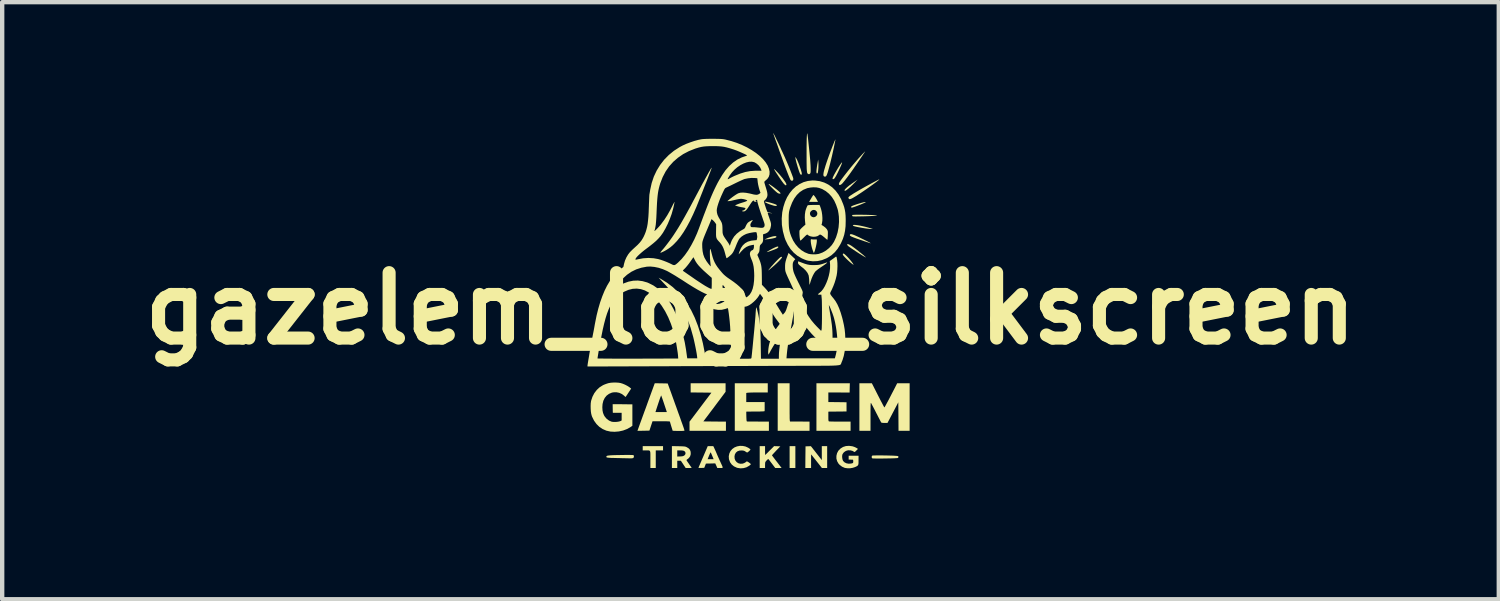
<source format=kicad_pcb>
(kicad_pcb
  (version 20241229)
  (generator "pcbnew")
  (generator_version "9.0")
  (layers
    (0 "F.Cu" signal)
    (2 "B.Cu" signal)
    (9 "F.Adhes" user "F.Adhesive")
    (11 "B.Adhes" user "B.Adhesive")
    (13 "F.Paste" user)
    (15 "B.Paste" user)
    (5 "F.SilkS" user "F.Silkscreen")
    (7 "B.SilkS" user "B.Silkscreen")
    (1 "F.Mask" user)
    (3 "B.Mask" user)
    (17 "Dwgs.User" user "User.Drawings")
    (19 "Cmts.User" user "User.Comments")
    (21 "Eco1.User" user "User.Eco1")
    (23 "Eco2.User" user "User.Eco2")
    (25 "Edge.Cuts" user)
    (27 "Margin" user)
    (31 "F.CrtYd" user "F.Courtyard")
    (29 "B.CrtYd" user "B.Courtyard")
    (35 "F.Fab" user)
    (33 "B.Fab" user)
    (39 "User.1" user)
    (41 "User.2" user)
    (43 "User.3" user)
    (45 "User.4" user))
  (footprint "gazelem_logo_silkscreen"
    (layer "F.Cu")
    (at 14.157 4.023)
    (property "Reference" "gazelem_logo_silkscreen" (at 0 0 0) (layer "F.SilkS") (effects (font (size 1.5 1.5) (thickness 0.3))))
    (attr board_only exclude_from_pos_files exclude_from_bom)
    (fp_poly (pts (xy 1.029 3.407) (xy 1.029 3.657) (xy 0.963 3.657) (xy 0.897 3.657) (xy 0.897 3.407) (xy 0.897 3.156) (xy 0.963 3.156) (xy 1.029 3.156)) (stroke (width 0) (type solid)) (fill yes) (layer "F.SilkS"))
    (fp_poly (pts (xy 1.453 -2.595) (xy 1.469 -2.577) (xy 1.488 -2.551) (xy 1.507 -2.521) (xy 1.524 -2.49) (xy 1.526 -2.486) (xy 1.548 -2.444) (xy 1.446 -2.444) (xy 1.343 -2.444) (xy 1.363 -2.477) (xy 1.391 -2.525) (xy 1.412 -2.56) (xy 1.427 -2.583) (xy 1.436 -2.596) (xy 1.442 -2.602) (xy 1.444 -2.602)) (stroke (width 0) (type solid)) (fill yes) (layer "F.SilkS"))
    (fp_poly (pts (xy 2.383 -2.88) (xy 2.332 -2.829) (xy 2.285 -2.784) (xy 2.244 -2.748) (xy 2.21 -2.721) (xy 2.185 -2.704) (xy 2.171 -2.699) (xy 2.157 -2.703) (xy 2.154 -2.707) (xy 2.161 -2.724) (xy 2.183 -2.749) (xy 2.217 -2.781) (xy 2.263 -2.819) (xy 2.32 -2.861) (xy 2.383 -2.905) (xy 2.457 -2.957)) (stroke (width 0) (type solid)) (fill yes) (layer "F.SilkS"))
    (fp_poly (pts (xy 0.59 -1.656) (xy 0.593 -1.653) (xy 0.593 -1.639) (xy 0.588 -1.631) (xy 0.572 -1.623) (xy 0.543 -1.614) (xy 0.504 -1.605) (xy 0.46 -1.597) (xy 0.413 -1.59) (xy 0.381 -1.587) (xy 0.321 -1.582) (xy 0.36 -1.6) (xy 0.408 -1.621) (xy 0.456 -1.637) (xy 0.501 -1.65) (xy 0.541 -1.658) (xy 0.571 -1.66)) (stroke (width 0) (type solid)) (fill yes) (layer "F.SilkS"))
    (fp_poly (pts (xy 1.557 -3.35) (xy 1.559 -3.313) (xy 1.558 -3.269) (xy 1.557 -3.222) (xy 1.553 -3.178) (xy 1.549 -3.141) (xy 1.544 -3.115) (xy 1.543 -3.11) (xy 1.532 -3.096) (xy 1.52 -3.099) (xy 1.518 -3.101) (xy 1.513 -3.116) (xy 1.512 -3.145) (xy 1.515 -3.188) (xy 1.522 -3.241) (xy 1.531 -3.302) (xy 1.532 -3.305) (xy 1.552 -3.416)) (stroke (width 0) (type solid)) (fill yes) (layer "F.SilkS"))
    (fp_poly (pts (xy 0.356 -2.448) (xy 0.391 -2.442) (xy 0.436 -2.431) (xy 0.473 -2.421) (xy 0.529 -2.404) (xy 0.568 -2.39) (xy 0.593 -2.379) (xy 0.604 -2.369) (xy 0.605 -2.363) (xy 0.594 -2.353) (xy 0.57 -2.351) (xy 0.533 -2.358) (xy 0.484 -2.373) (xy 0.437 -2.389) (xy 0.394 -2.406) (xy 0.36 -2.422) (xy 0.336 -2.435) (xy 0.326 -2.445) (xy 0.325 -2.446) (xy 0.333 -2.45)) (stroke (width 0) (type solid)) (fill yes) (layer "F.SilkS"))
    (fp_poly (pts (xy 1.394 -1.588) (xy 1.41 -1.585) (xy 1.437 -1.583) (xy 1.465 -1.583) (xy 1.521 -1.583) (xy 1.521 -1.54) (xy 1.518 -1.51) (xy 1.511 -1.468) (xy 1.501 -1.421) (xy 1.489 -1.373) (xy 1.477 -1.33) (xy 1.466 -1.301) (xy 1.453 -1.27) (xy 1.438 -1.306) (xy 1.422 -1.347) (xy 1.408 -1.393) (xy 1.397 -1.439) (xy 1.388 -1.484) (xy 1.383 -1.524) (xy 1.381 -1.556) (xy 1.383 -1.579) (xy 1.39 -1.588)) (stroke (width 0) (type solid)) (fill yes) (layer "F.SilkS"))
    (fp_poly (pts (xy 0.629 -1.421) (xy 0.64 -1.411) (xy 0.634 -1.397) (xy 0.613 -1.38) (xy 0.608 -1.377) (xy 0.589 -1.368) (xy 0.56 -1.356) (xy 0.523 -1.342) (xy 0.483 -1.327) (xy 0.445 -1.313) (xy 0.411 -1.302) (xy 0.386 -1.295) (xy 0.375 -1.292) (xy 0.377 -1.297) (xy 0.391 -1.307) (xy 0.414 -1.322) (xy 0.418 -1.324) (xy 0.461 -1.349) (xy 0.505 -1.373) (xy 0.546 -1.393) (xy 0.583 -1.409) (xy 0.611 -1.419) (xy 0.628 -1.421)) (stroke (width 0) (type solid)) (fill yes) (layer "F.SilkS"))
    (fp_poly (pts (xy -2.005 3.205) (xy -2.005 3.253) (xy -2.088 3.253) (xy -2.172 3.253) (xy -2.172 3.455) (xy -2.172 3.657) (xy -2.233 3.657) (xy -2.295 3.657) (xy -2.295 3.461) (xy -2.295 3.395) (xy -2.295 3.345) (xy -2.296 3.308) (xy -2.3 3.282) (xy -2.308 3.266) (xy -2.32 3.257) (xy -2.337 3.253) (xy -2.362 3.253) (xy -2.394 3.253) (xy -2.402 3.253) (xy -2.471 3.253) (xy -2.471 3.205) (xy -2.471 3.156) (xy -2.238 3.156) (xy -2.005 3.156)) (stroke (width 0) (type solid)) (fill yes) (layer "F.SilkS"))
    (fp_poly (pts (xy 1.05 -3.442) (xy 1.065 -3.414) (xy 1.083 -3.376) (xy 1.102 -3.33) (xy 1.121 -3.28) (xy 1.139 -3.229) (xy 1.155 -3.181) (xy 1.167 -3.139) (xy 1.175 -3.107) (xy 1.176 -3.088) (xy 1.17 -3.068) (xy 1.16 -3.064) (xy 1.146 -3.076) (xy 1.135 -3.093) (xy 1.125 -3.117) (xy 1.111 -3.155) (xy 1.096 -3.201) (xy 1.08 -3.252) (xy 1.065 -3.305) (xy 1.051 -3.354) (xy 1.041 -3.396) (xy 1.034 -3.428) (xy 1.033 -3.434) (xy 1.028 -3.477)) (stroke (width 0) (type solid)) (fill yes) (layer "F.SilkS"))
    (fp_poly (pts (xy 2.413 -1.915) (xy 2.458 -1.909) (xy 2.511 -1.9) (xy 2.568 -1.888) (xy 2.629 -1.874) (xy 2.691 -1.858) (xy 2.751 -1.84) (xy 2.769 -1.834) (xy 2.809 -1.822) (xy 2.769 -1.822) (xy 2.744 -1.823) (xy 2.708 -1.827) (xy 2.664 -1.832) (xy 2.629 -1.837) (xy 2.563 -1.848) (xy 2.503 -1.859) (xy 2.45 -1.869) (xy 2.407 -1.879) (xy 2.376 -1.887) (xy 2.363 -1.892) (xy 2.35 -1.903) (xy 2.347 -1.909) (xy 2.356 -1.915) (xy 2.378 -1.917)) (stroke (width 0) (type solid)) (fill yes) (layer "F.SilkS"))
    (fp_poly (pts (xy 2.642 -2.438) (xy 2.628 -2.429) (xy 2.601 -2.416) (xy 2.564 -2.4) (xy 2.521 -2.382) (xy 2.474 -2.364) (xy 2.429 -2.346) (xy 2.387 -2.331) (xy 2.352 -2.32) (xy 2.328 -2.313) (xy 2.32 -2.312) (xy 2.31 -2.319) (xy 2.307 -2.322) (xy 2.306 -2.331) (xy 2.314 -2.341) (xy 2.333 -2.352) (xy 2.365 -2.365) (xy 2.411 -2.381) (xy 2.453 -2.395) (xy 2.511 -2.413) (xy 2.56 -2.427) (xy 2.6 -2.437) (xy 2.628 -2.442) (xy 2.642 -2.442)) (stroke (width 0) (type solid)) (fill yes) (layer "F.SilkS"))
    (fp_poly (pts (xy 0.426 -2.853) (xy 0.446 -2.841) (xy 0.475 -2.822) (xy 0.509 -2.798) (xy 0.547 -2.77) (xy 0.584 -2.741) (xy 0.62 -2.712) (xy 0.651 -2.685) (xy 0.674 -2.663) (xy 0.687 -2.647) (xy 0.69 -2.642) (xy 0.683 -2.633) (xy 0.666 -2.632) (xy 0.643 -2.638) (xy 0.624 -2.647) (xy 0.606 -2.661) (xy 0.581 -2.682) (xy 0.552 -2.709) (xy 0.52 -2.739) (xy 0.489 -2.77) (xy 0.46 -2.8) (xy 0.437 -2.825) (xy 0.421 -2.844) (xy 0.416 -2.854) (xy 0.416 -2.854)) (stroke (width 0) (type solid)) (fill yes) (layer "F.SilkS"))
    (fp_poly (pts (xy 1.758 3.407) (xy 1.758 3.657) (xy 1.698 3.657) (xy 1.637 3.657) (xy 1.536 3.528) (xy 1.502 3.485) (xy 1.47 3.445) (xy 1.443 3.411) (xy 1.423 3.385) (xy 1.412 3.372) (xy 1.39 3.345) (xy 1.389 3.501) (xy 1.389 3.657) (xy 1.323 3.657) (xy 1.257 3.657) (xy 1.259 3.409) (xy 1.262 3.161) (xy 1.323 3.159) (xy 1.385 3.157) (xy 1.51 3.316) (xy 1.635 3.476) (xy 1.635 3.316) (xy 1.635 3.156) (xy 1.697 3.156) (xy 1.758 3.156)) (stroke (width 0) (type solid)) (fill yes) (layer "F.SilkS"))
    (fp_poly (pts (xy 2.143 -1.256) (xy 2.16 -1.244) (xy 2.185 -1.221) (xy 2.199 -1.208) (xy 2.233 -1.173) (xy 2.27 -1.131) (xy 2.306 -1.088) (xy 2.337 -1.047) (xy 2.359 -1.014) (xy 2.36 -1.013) (xy 2.363 -1.003) (xy 2.354 -1.006) (xy 2.333 -1.02) (xy 2.301 -1.046) (xy 2.299 -1.047) (xy 2.256 -1.085) (xy 2.214 -1.124) (xy 2.178 -1.16) (xy 2.148 -1.192) (xy 2.128 -1.216) (xy 2.125 -1.221) (xy 2.116 -1.24) (xy 2.117 -1.25) (xy 2.123 -1.257) (xy 2.131 -1.26)) (stroke (width 0) (type solid)) (fill yes) (layer "F.SilkS"))
    (fp_poly (pts (xy 0.722 -1.181) (xy 0.722 -1.18) (xy 0.721 -1.17) (xy 0.708 -1.149) (xy 0.684 -1.121) (xy 0.651 -1.086) (xy 0.611 -1.047) (xy 0.565 -1.004) (xy 0.515 -0.96) (xy 0.51 -0.956) (xy 0.467 -0.919) (xy 0.436 -0.893) (xy 0.417 -0.878) (xy 0.409 -0.873) (xy 0.41 -0.877) (xy 0.42 -0.891) (xy 0.437 -0.913) (xy 0.447 -0.924) (xy 0.48 -0.964) (xy 0.518 -1.006) (xy 0.557 -1.049) (xy 0.595 -1.089) (xy 0.63 -1.125) (xy 0.659 -1.153) (xy 0.681 -1.172) (xy 0.689 -1.178) (xy 0.709 -1.185)) (stroke (width 0) (type solid)) (fill yes) (layer "F.SilkS"))
    (fp_poly (pts (xy 2.101 -3.35) (xy 2.101 -3.35) (xy 2.097 -3.333) (xy 2.087 -3.303) (xy 2.07 -3.264) (xy 2.05 -3.219) (xy 2.027 -3.17) (xy 2.004 -3.122) (xy 1.98 -3.075) (xy 1.959 -3.035) (xy 1.94 -3.004) (xy 1.927 -2.984) (xy 1.925 -2.982) (xy 1.905 -2.967) (xy 1.89 -2.964) (xy 1.882 -2.975) (xy 1.881 -2.982) (xy 1.886 -2.999) (xy 1.899 -3.029) (xy 1.919 -3.069) (xy 1.946 -3.117) (xy 1.977 -3.171) (xy 2.006 -3.22) (xy 2.038 -3.27) (xy 2.064 -3.309) (xy 2.084 -3.336) (xy 2.097 -3.35)) (stroke (width 0) (type solid)) (fill yes) (layer "F.SilkS"))
    (fp_poly (pts (xy 0.547 -3.194) (xy 0.565 -3.179) (xy 0.589 -3.155) (xy 0.618 -3.125) (xy 0.65 -3.09) (xy 0.682 -3.053) (xy 0.713 -3.015) (xy 0.732 -2.992) (xy 0.77 -2.94) (xy 0.798 -2.9) (xy 0.815 -2.87) (xy 0.823 -2.848) (xy 0.823 -2.835) (xy 0.815 -2.824) (xy 0.802 -2.826) (xy 0.786 -2.838) (xy 0.774 -2.85) (xy 0.759 -2.866) (xy 0.741 -2.89) (xy 0.717 -2.922) (xy 0.688 -2.964) (xy 0.651 -3.018) (xy 0.625 -3.058) (xy 0.596 -3.101) (xy 0.572 -3.138) (xy 0.554 -3.169) (xy 0.542 -3.189) (xy 0.539 -3.197)) (stroke (width 0) (type solid)) (fill yes) (layer "F.SilkS"))
    (fp_poly (pts (xy 0.897 2.154) (xy 0.897 2.253) (xy 0.897 2.336) (xy 0.897 2.405) (xy 0.898 2.46) (xy 0.898 2.503) (xy 0.899 2.536) (xy 0.901 2.56) (xy 0.902 2.576) (xy 0.905 2.585) (xy 0.907 2.59) (xy 0.91 2.592) (xy 0.912 2.592) (xy 0.925 2.592) (xy 0.953 2.592) (xy 0.993 2.592) (xy 1.043 2.592) (xy 1.1 2.592) (xy 1.141 2.592) (xy 1.354 2.594) (xy 1.354 2.699) (xy 1.354 2.805) (xy 0.989 2.805) (xy 0.624 2.805) (xy 0.624 2.26) (xy 0.624 1.714) (xy 0.761 1.714) (xy 0.897 1.714)) (stroke (width 0) (type solid)) (fill yes) (layer "F.SilkS"))
    (fp_poly (pts (xy 2.24 -1.475) (xy 2.268 -1.464) (xy 2.306 -1.443) (xy 2.322 -1.432) (xy 2.354 -1.409) (xy 2.392 -1.381) (xy 2.434 -1.349) (xy 2.476 -1.316) (xy 2.518 -1.282) (xy 2.557 -1.25) (xy 2.592 -1.221) (xy 2.619 -1.197) (xy 2.638 -1.18) (xy 2.645 -1.171) (xy 2.645 -1.169) (xy 2.636 -1.174) (xy 2.617 -1.185) (xy 2.589 -1.2) (xy 2.58 -1.206) (xy 2.547 -1.226) (xy 2.505 -1.252) (xy 2.459 -1.282) (xy 2.41 -1.314) (xy 2.362 -1.346) (xy 2.318 -1.375) (xy 2.281 -1.401) (xy 2.254 -1.42) (xy 2.244 -1.428) (xy 2.226 -1.446) (xy 2.216 -1.461) (xy 2.216 -1.465) (xy 2.222 -1.476)) (stroke (width 0) (type solid)) (fill yes) (layer "F.SilkS"))
    (fp_poly (pts (xy -0.571 1.812) (xy -0.571 1.91) (xy -0.71 2.096) (xy -0.756 2.157) (xy -0.806 2.224) (xy -0.857 2.293) (xy -0.907 2.358) (xy -0.95 2.416) (xy -0.964 2.435) (xy -1.081 2.589) (xy -0.822 2.592) (xy -0.563 2.594) (xy -0.563 2.699) (xy -0.563 2.805) (xy -0.98 2.805) (xy -1.398 2.805) (xy -1.398 2.7) (xy -1.398 2.595) (xy -1.233 2.377) (xy -1.187 2.316) (xy -1.14 2.253) (xy -1.094 2.192) (xy -1.051 2.135) (xy -1.014 2.086) (xy -0.984 2.047) (xy -0.982 2.044) (xy -0.896 1.93) (xy -1.134 1.927) (xy -1.372 1.925) (xy -1.372 1.82) (xy -1.372 1.714) (xy -0.972 1.714) (xy -0.571 1.714)) (stroke (width 0) (type solid)) (fill yes) (layer "F.SilkS"))
    (fp_poly (pts (xy 2.33 -1.7) (xy 2.368 -1.687) (xy 2.386 -1.68) (xy 2.413 -1.668) (xy 2.448 -1.652) (xy 2.49 -1.633) (xy 2.536 -1.61) (xy 2.584 -1.587) (xy 2.63 -1.564) (xy 2.673 -1.543) (xy 2.709 -1.524) (xy 2.735 -1.51) (xy 2.75 -1.501) (xy 2.752 -1.499) (xy 2.75 -1.495) (xy 2.741 -1.498) (xy 2.718 -1.506) (xy 2.684 -1.518) (xy 2.64 -1.532) (xy 2.59 -1.549) (xy 2.572 -1.556) (xy 2.492 -1.583) (xy 2.428 -1.605) (xy 2.377 -1.624) (xy 2.339 -1.639) (xy 2.311 -1.651) (xy 2.293 -1.662) (xy 2.282 -1.671) (xy 2.278 -1.68) (xy 2.279 -1.689) (xy 2.28 -1.692) (xy 2.288 -1.702) (xy 2.304 -1.705)) (stroke (width 0) (type solid)) (fill yes) (layer "F.SilkS"))
    (fp_poly (pts (xy 2.275 1.82) (xy 2.273 1.927) (xy 2.029 1.926) (xy 1.785 1.925) (xy 1.785 2.035) (xy 1.785 2.145) (xy 1.994 2.147) (xy 2.202 2.15) (xy 2.202 2.255) (xy 2.202 2.361) (xy 1.994 2.363) (xy 1.785 2.365) (xy 1.785 2.474) (xy 1.785 2.521) (xy 1.786 2.553) (xy 1.789 2.573) (xy 1.793 2.584) (xy 1.799 2.588) (xy 1.811 2.59) (xy 1.838 2.591) (xy 1.878 2.592) (xy 1.929 2.593) (xy 1.987 2.593) (xy 2.051 2.594) (xy 2.054 2.594) (xy 2.295 2.594) (xy 2.295 2.699) (xy 2.295 2.805) (xy 1.903 2.805) (xy 1.512 2.805) (xy 1.512 2.26) (xy 1.512 1.714) (xy 1.895 1.714) (xy 2.278 1.714)) (stroke (width 0) (type solid)) (fill yes) (layer "F.SilkS"))
    (fp_poly (pts (xy 2.568 -2.149) (xy 2.627 -2.148) (xy 2.685 -2.147) (xy 2.739 -2.145) (xy 2.786 -2.143) (xy 2.818 -2.141) (xy 2.861 -2.138) (xy 2.889 -2.135) (xy 2.902 -2.133) (xy 2.902 -2.131) (xy 2.891 -2.129) (xy 2.875 -2.126) (xy 2.853 -2.124) (xy 2.817 -2.122) (xy 2.769 -2.12) (xy 2.712 -2.117) (xy 2.648 -2.115) (xy 2.583 -2.113) (xy 2.511 -2.112) (xy 2.454 -2.111) (xy 2.411 -2.11) (xy 2.38 -2.111) (xy 2.359 -2.112) (xy 2.345 -2.114) (xy 2.338 -2.117) (xy 2.334 -2.121) (xy 2.333 -2.122) (xy 2.332 -2.138) (xy 2.334 -2.143) (xy 2.345 -2.146) (xy 2.371 -2.147) (xy 2.408 -2.149) (xy 2.456 -2.149) (xy 2.51 -2.149)) (stroke (width 0) (type solid)) (fill yes) (layer "F.SilkS"))
    (fp_poly (pts (xy 2.98 3.369) (xy 3.041 3.369) (xy 3.103 3.37) (xy 3.163 3.371) (xy 3.219 3.373) (xy 3.269 3.374) (xy 3.284 3.375) (xy 3.328 3.378) (xy 3.358 3.38) (xy 3.377 3.383) (xy 3.387 3.388) (xy 3.391 3.394) (xy 3.392 3.4) (xy 3.388 3.42) (xy 3.379 3.427) (xy 3.366 3.43) (xy 3.338 3.432) (xy 3.298 3.434) (xy 3.249 3.436) (xy 3.192 3.437) (xy 3.131 3.438) (xy 3.067 3.439) (xy 3.005 3.44) (xy 2.946 3.44) (xy 2.893 3.44) (xy 2.848 3.439) (xy 2.815 3.438) (xy 2.795 3.437) (xy 2.792 3.436) (xy 2.781 3.422) (xy 2.779 3.401) (xy 2.783 3.382) (xy 2.792 3.373) (xy 2.805 3.371) (xy 2.834 3.37) (xy 2.874 3.369) (xy 2.924 3.369)) (stroke (width 0) (type solid)) (fill yes) (layer "F.SilkS"))
    (fp_poly (pts (xy -2.769 3.358) (xy -2.728 3.359) (xy -2.699 3.36) (xy -2.684 3.362) (xy -2.683 3.362) (xy -2.674 3.377) (xy -2.673 3.398) (xy -2.68 3.419) (xy -2.69 3.429) (xy -2.707 3.433) (xy -2.735 3.436) (xy -2.767 3.436) (xy -2.792 3.435) (xy -2.832 3.434) (xy -2.883 3.433) (xy -2.942 3.432) (xy -3.006 3.43) (xy -3.057 3.429) (xy -3.132 3.427) (xy -3.192 3.426) (xy -3.237 3.423) (xy -3.269 3.42) (xy -3.29 3.416) (xy -3.302 3.41) (xy -3.306 3.403) (xy -3.304 3.394) (xy -3.3 3.387) (xy -3.292 3.379) (xy -3.276 3.374) (xy -3.248 3.37) (xy -3.207 3.366) (xy -3.204 3.366) (xy -3.164 3.364) (xy -3.114 3.362) (xy -3.058 3.361) (xy -2.998 3.36) (xy -2.937 3.359) (xy -2.876 3.358) (xy -2.82 3.358)) (stroke (width 0) (type solid)) (fill yes) (layer "F.SilkS"))
    (fp_poly (pts (xy 1.947 -3.868) (xy 1.929 -3.778) (xy 1.91 -3.684) (xy 1.889 -3.589) (xy 1.868 -3.495) (xy 1.846 -3.404) (xy 1.825 -3.319) (xy 1.805 -3.242) (xy 1.786 -3.174) (xy 1.77 -3.118) (xy 1.755 -3.076) (xy 1.749 -3.062) (xy 1.737 -3.038) (xy 1.725 -3.027) (xy 1.708 -3.024) (xy 1.706 -3.024) (xy 1.686 -3.028) (xy 1.676 -3.041) (xy 1.674 -3.047) (xy 1.671 -3.066) (xy 1.673 -3.09) (xy 1.678 -3.123) (xy 1.688 -3.165) (xy 1.704 -3.219) (xy 1.724 -3.287) (xy 1.727 -3.295) (xy 1.742 -3.341) (xy 1.76 -3.394) (xy 1.78 -3.451) (xy 1.802 -3.512) (xy 1.824 -3.572) (xy 1.847 -3.632) (xy 1.869 -3.69) (xy 1.889 -3.742) (xy 1.908 -3.789) (xy 1.923 -3.827) (xy 1.936 -3.855) (xy 1.944 -3.872) (xy 1.948 -3.875)) (stroke (width 0) (type solid)) (fill yes) (layer "F.SilkS"))
    (fp_poly (pts (xy 2.954 -2.96) (xy 2.947 -2.951) (xy 2.927 -2.934) (xy 2.897 -2.91) (xy 2.857 -2.88) (xy 2.81 -2.845) (xy 2.757 -2.807) (xy 2.701 -2.767) (xy 2.643 -2.727) (xy 2.585 -2.687) (xy 2.529 -2.649) (xy 2.476 -2.615) (xy 2.43 -2.584) (xy 2.394 -2.563) (xy 2.347 -2.535) (xy 2.311 -2.517) (xy 2.285 -2.508) (xy 2.267 -2.508) (xy 2.255 -2.516) (xy 2.251 -2.523) (xy 2.246 -2.535) (xy 2.245 -2.545) (xy 2.251 -2.556) (xy 2.265 -2.569) (xy 2.288 -2.587) (xy 2.324 -2.61) (xy 2.365 -2.637) (xy 2.4 -2.658) (xy 2.444 -2.684) (xy 2.495 -2.714) (xy 2.55 -2.746) (xy 2.609 -2.779) (xy 2.669 -2.812) (xy 2.728 -2.844) (xy 2.784 -2.875) (xy 2.835 -2.902) (xy 2.879 -2.925) (xy 2.915 -2.944) (xy 2.94 -2.956) (xy 2.953 -2.96)) (stroke (width 0) (type solid)) (fill yes) (layer "F.SilkS"))
    (fp_poly (pts (xy 1.302 -4.013) (xy 1.306 -3.998) (xy 1.31 -3.967) (xy 1.316 -3.921) (xy 1.323 -3.858) (xy 1.327 -3.82) (xy 1.34 -3.696) (xy 1.351 -3.588) (xy 1.36 -3.494) (xy 1.368 -3.412) (xy 1.373 -3.343) (xy 1.377 -3.282) (xy 1.379 -3.23) (xy 1.38 -3.185) (xy 1.38 -3.173) (xy 1.379 -3.136) (xy 1.376 -3.113) (xy 1.37 -3.098) (xy 1.364 -3.092) (xy 1.346 -3.079) (xy 1.328 -3.081) (xy 1.314 -3.09) (xy 1.305 -3.1) (xy 1.298 -3.118) (xy 1.294 -3.148) (xy 1.291 -3.175) (xy 1.289 -3.206) (xy 1.288 -3.251) (xy 1.287 -3.308) (xy 1.286 -3.375) (xy 1.286 -3.449) (xy 1.286 -3.527) (xy 1.286 -3.606) (xy 1.286 -3.684) (xy 1.287 -3.757) (xy 1.288 -3.825) (xy 1.289 -3.882) (xy 1.291 -3.928) (xy 1.291 -3.934) (xy 1.294 -3.974) (xy 1.296 -4) (xy 1.299 -4.014)) (stroke (width 0) (type solid)) (fill yes) (layer "F.SilkS"))
    (fp_poly (pts (xy 2.624 -3.593) (xy 2.611 -3.572) (xy 2.59 -3.541) (xy 2.564 -3.502) (xy 2.533 -3.457) (xy 2.5 -3.408) (xy 2.465 -3.356) (xy 2.43 -3.305) (xy 2.396 -3.257) (xy 2.366 -3.212) (xy 2.339 -3.174) (xy 2.336 -3.17) (xy 2.291 -3.106) (xy 2.246 -3.045) (xy 2.203 -2.988) (xy 2.165 -2.938) (xy 2.132 -2.898) (xy 2.108 -2.869) (xy 2.107 -2.868) (xy 2.08 -2.844) (xy 2.056 -2.832) (xy 2.037 -2.833) (xy 2.028 -2.845) (xy 2.028 -2.862) (xy 2.035 -2.884) (xy 2.036 -2.884) (xy 2.051 -2.91) (xy 2.076 -2.946) (xy 2.11 -2.992) (xy 2.151 -3.046) (xy 2.197 -3.105) (xy 2.246 -3.167) (xy 2.298 -3.231) (xy 2.351 -3.295) (xy 2.403 -3.356) (xy 2.443 -3.402) (xy 2.476 -3.44) (xy 2.511 -3.478) (xy 2.544 -3.514) (xy 2.574 -3.547) (xy 2.6 -3.573) (xy 2.618 -3.592) (xy 2.628 -3.601) (xy 2.629 -3.601)) (stroke (width 0) (type solid)) (fill yes) (layer "F.SilkS"))
    (fp_poly (pts (xy 0.526 -4.017) (xy 0.537 -3.996) (xy 0.554 -3.964) (xy 0.575 -3.921) (xy 0.599 -3.87) (xy 0.627 -3.813) (xy 0.656 -3.752) (xy 0.686 -3.688) (xy 0.715 -3.624) (xy 0.744 -3.562) (xy 0.771 -3.503) (xy 0.795 -3.45) (xy 0.798 -3.442) (xy 0.826 -3.378) (xy 0.854 -3.312) (xy 0.882 -3.245) (xy 0.908 -3.181) (xy 0.931 -3.121) (xy 0.951 -3.069) (xy 0.967 -3.026) (xy 0.978 -2.995) (xy 0.981 -2.982) (xy 0.981 -2.954) (xy 0.97 -2.935) (xy 0.953 -2.928) (xy 0.932 -2.933) (xy 0.921 -2.943) (xy 0.912 -2.958) (xy 0.898 -2.989) (xy 0.879 -3.034) (xy 0.856 -3.092) (xy 0.829 -3.161) (xy 0.799 -3.241) (xy 0.766 -3.33) (xy 0.731 -3.427) (xy 0.694 -3.53) (xy 0.681 -3.565) (xy 0.66 -3.623) (xy 0.636 -3.692) (xy 0.611 -3.763) (xy 0.586 -3.831) (xy 0.574 -3.863) (xy 0.557 -3.912) (xy 0.542 -3.955) (xy 0.53 -3.99) (xy 0.523 -4.013) (xy 0.521 -4.023) (xy 0.521 -4.023)) (stroke (width 0) (type solid)) (fill yes) (layer "F.SilkS"))
    (fp_poly (pts (xy 0.396 1.82) (xy 0.396 1.925) (xy 0.182 1.926) (xy 0.121 1.926) (xy 0.064 1.926) (xy 0.013 1.927) (xy -0.027 1.929) (xy -0.054 1.93) (xy -0.064 1.931) (xy -0.097 1.937) (xy -0.097 2.041) (xy -0.097 2.145) (xy 0.114 2.145) (xy 0.325 2.145) (xy 0.325 2.246) (xy 0.325 2.287) (xy 0.325 2.321) (xy 0.324 2.345) (xy 0.323 2.354) (xy 0.314 2.356) (xy 0.29 2.359) (xy 0.256 2.36) (xy 0.212 2.362) (xy 0.189 2.362) (xy 0.135 2.362) (xy 0.079 2.363) (xy 0.027 2.363) (xy -0.014 2.364) (xy -0.02 2.364) (xy -0.097 2.365) (xy -0.095 2.477) (xy -0.093 2.527) (xy -0.091 2.562) (xy -0.087 2.582) (xy -0.082 2.59) (xy -0.081 2.59) (xy -0.07 2.591) (xy -0.043 2.591) (xy -0.004 2.591) (xy 0.046 2.592) (xy 0.104 2.592) (xy 0.168 2.592) (xy 0.176 2.593) (xy 0.422 2.594) (xy 0.422 2.699) (xy 0.422 2.805) (xy 0.031 2.805) (xy -0.36 2.805) (xy -0.36 2.26) (xy -0.36 1.714) (xy 0.018 1.714) (xy 0.396 1.714)) (stroke (width 0) (type solid)) (fill yes) (layer "F.SilkS"))
    (fp_poly (pts (xy 0.613 3.158) (xy 0.684 3.161) (xy 0.588 3.26) (xy 0.556 3.295) (xy 0.528 3.325) (xy 0.507 3.348) (xy 0.495 3.362) (xy 0.493 3.366) (xy 0.498 3.374) (xy 0.512 3.394) (xy 0.534 3.423) (xy 0.561 3.459) (xy 0.585 3.49) (xy 0.617 3.531) (xy 0.646 3.569) (xy 0.671 3.601) (xy 0.688 3.624) (xy 0.695 3.633) (xy 0.713 3.657) (xy 0.64 3.657) (xy 0.567 3.657) (xy 0.497 3.564) (xy 0.47 3.529) (xy 0.446 3.497) (xy 0.428 3.473) (xy 0.417 3.459) (xy 0.416 3.458) (xy 0.409 3.453) (xy 0.399 3.456) (xy 0.382 3.471) (xy 0.37 3.483) (xy 0.352 3.503) (xy 0.342 3.519) (xy 0.336 3.536) (xy 0.335 3.562) (xy 0.334 3.589) (xy 0.334 3.657) (xy 0.273 3.657) (xy 0.211 3.657) (xy 0.211 3.407) (xy 0.211 3.156) (xy 0.273 3.156) (xy 0.334 3.156) (xy 0.334 3.257) (xy 0.334 3.297) (xy 0.335 3.33) (xy 0.336 3.351) (xy 0.337 3.359) (xy 0.344 3.353) (xy 0.361 3.336) (xy 0.386 3.312) (xy 0.417 3.28) (xy 0.44 3.257) (xy 0.541 3.156)) (stroke (width 0) (type solid)) (fill yes) (layer "F.SilkS"))
    (fp_poly (pts (xy -0.836 3.189) (xy -0.827 3.21) (xy -0.812 3.242) (xy -0.794 3.282) (xy -0.775 3.327) (xy -0.771 3.337) (xy -0.749 3.388) (xy -0.725 3.442) (xy -0.702 3.493) (xy -0.683 3.534) (xy -0.661 3.582) (xy -0.646 3.615) (xy -0.639 3.637) (xy -0.639 3.649) (xy -0.647 3.656) (xy -0.664 3.658) (xy -0.689 3.657) (xy -0.696 3.657) (xy -0.761 3.657) (xy -0.784 3.604) (xy -0.808 3.551) (xy -0.915 3.554) (xy -1.022 3.556) (xy -1.041 3.605) (xy -1.06 3.653) (xy -1.129 3.656) (xy -1.16 3.656) (xy -1.183 3.655) (xy -1.193 3.652) (xy -1.194 3.651) (xy -1.189 3.642) (xy -1.179 3.618) (xy -1.163 3.582) (xy -1.144 3.537) (xy -1.121 3.483) (xy -1.109 3.455) (xy -0.983 3.455) (xy -0.914 3.455) (xy -0.845 3.455) (xy -0.878 3.376) (xy -0.892 3.342) (xy -0.904 3.316) (xy -0.912 3.3) (xy -0.914 3.297) (xy -0.919 3.305) (xy -0.929 3.325) (xy -0.942 3.355) (xy -0.951 3.376) (xy -0.983 3.455) (xy -1.109 3.455) (xy -1.095 3.423) (xy -1.085 3.4) (xy -0.98 3.156) (xy -0.917 3.156) (xy -0.853 3.156)) (stroke (width 0) (type solid)) (fill yes) (layer "F.SilkS"))
    (fp_poly (pts (xy -1.651 3.158) (xy -1.595 3.159) (xy -1.553 3.161) (xy -1.523 3.163) (xy -1.5 3.166) (xy -1.482 3.171) (xy -1.466 3.178) (xy -1.456 3.183) (xy -1.414 3.21) (xy -1.387 3.242) (xy -1.373 3.283) (xy -1.372 3.285) (xy -1.37 3.34) (xy -1.384 3.389) (xy -1.413 3.429) (xy -1.44 3.451) (xy -1.458 3.464) (xy -1.468 3.475) (xy -1.468 3.476) (xy -1.463 3.485) (xy -1.451 3.505) (xy -1.432 3.533) (xy -1.41 3.565) (xy -1.386 3.599) (xy -1.364 3.63) (xy -1.351 3.646) (xy -1.351 3.652) (xy -1.361 3.655) (xy -1.385 3.657) (xy -1.414 3.657) (xy -1.486 3.657) (xy -1.541 3.574) (xy -1.596 3.491) (xy -1.638 3.491) (xy -1.679 3.49) (xy -1.679 3.574) (xy -1.679 3.657) (xy -1.741 3.657) (xy -1.802 3.657) (xy -1.802 3.406) (xy -1.802 3.323) (xy -1.679 3.323) (xy -1.679 3.394) (xy -1.624 3.393) (xy -1.589 3.391) (xy -1.556 3.387) (xy -1.539 3.382) (xy -1.511 3.365) (xy -1.494 3.341) (xy -1.489 3.314) (xy -1.498 3.288) (xy -1.519 3.267) (xy -1.522 3.266) (xy -1.547 3.258) (xy -1.586 3.254) (xy -1.613 3.253) (xy -1.679 3.253) (xy -1.679 3.323) (xy -1.802 3.323) (xy -1.802 3.155)) (stroke (width 0) (type solid)) (fill yes) (layer "F.SilkS"))
    (fp_poly (pts (xy -0.18 3.151) (xy -0.116 3.164) (xy -0.055 3.191) (xy -0.038 3.202) (xy -0.016 3.217) (xy -0.003 3.23) (xy 0 3.234) (xy -0.006 3.244) (xy -0.022 3.261) (xy -0.044 3.281) (xy -0.063 3.296) (xy -0.075 3.301) (xy -0.088 3.298) (xy -0.109 3.284) (xy -0.111 3.283) (xy -0.136 3.267) (xy -0.164 3.258) (xy -0.197 3.255) (xy -0.254 3.258) (xy -0.3 3.275) (xy -0.335 3.305) (xy -0.358 3.346) (xy -0.367 3.393) (xy -0.363 3.445) (xy -0.345 3.489) (xy -0.315 3.524) (xy -0.276 3.549) (xy -0.231 3.56) (xy -0.181 3.557) (xy -0.151 3.547) (xy -0.125 3.534) (xy -0.103 3.519) (xy -0.101 3.517) (xy -0.09 3.508) (xy -0.081 3.505) (xy -0.068 3.511) (xy -0.046 3.524) (xy -0.037 3.53) (xy -0.013 3.548) (xy 0.003 3.562) (xy 0.009 3.57) (xy 0.002 3.579) (xy -0.015 3.594) (xy -0.033 3.608) (xy -0.092 3.641) (xy -0.159 3.66) (xy -0.228 3.665) (xy -0.296 3.655) (xy -0.314 3.65) (xy -0.378 3.62) (xy -0.43 3.578) (xy -0.468 3.525) (xy -0.491 3.463) (xy -0.494 3.452) (xy -0.498 3.387) (xy -0.485 3.324) (xy -0.458 3.268) (xy -0.418 3.222) (xy -0.368 3.186) (xy -0.309 3.162) (xy -0.246 3.15)) (stroke (width 0) (type solid)) (fill yes) (layer "F.SilkS"))
    (fp_poly (pts (xy 1.106 -1.078) (xy 1.128 -1.07) (xy 1.159 -1.058) (xy 1.177 -1.051) (xy 1.245 -1.026) (xy 1.304 -1.009) (xy 1.359 -0.999) (xy 1.418 -0.995) (xy 1.481 -0.996) (xy 1.531 -0.998) (xy 1.57 -1.002) (xy 1.604 -1.009) (xy 1.641 -1.019) (xy 1.678 -1.031) (xy 1.717 -1.045) (xy 1.742 -1.053) (xy 1.755 -1.055) (xy 1.758 -1.053) (xy 1.754 -1.046) (xy 1.753 -1.045) (xy 1.74 -1.034) (xy 1.715 -1.015) (xy 1.682 -0.991) (xy 1.643 -0.965) (xy 1.625 -0.953) (xy 1.584 -0.925) (xy 1.545 -0.897) (xy 1.513 -0.871) (xy 1.491 -0.852) (xy 1.486 -0.847) (xy 1.458 -0.806) (xy 1.429 -0.752) (xy 1.403 -0.692) (xy 1.381 -0.629) (xy 1.378 -0.618) (xy 1.368 -0.585) (xy 1.36 -0.559) (xy 1.354 -0.544) (xy 1.353 -0.542) (xy 1.352 -0.548) (xy 1.35 -0.569) (xy 1.348 -0.6) (xy 1.347 -0.627) (xy 1.345 -0.671) (xy 1.34 -0.714) (xy 1.335 -0.75) (xy 1.332 -0.762) (xy 1.309 -0.813) (xy 1.271 -0.865) (xy 1.22 -0.916) (xy 1.2 -0.932) (xy 1.159 -0.964) (xy 1.129 -0.989) (xy 1.11 -1.007) (xy 1.098 -1.021) (xy 1.092 -1.033) (xy 1.09 -1.046) (xy 1.09 -1.052) (xy 1.092 -1.072) (xy 1.095 -1.081) (xy 1.096 -1.081)) (stroke (width 0) (type solid)) (fill yes) (layer "F.SilkS"))
    (fp_poly (pts (xy -0.891 -3.224) (xy -0.893 -3.215) (xy -0.898 -3.198) (xy -0.908 -3.172) (xy -0.921 -3.136) (xy -0.94 -3.088) (xy -0.964 -3.026) (xy -0.993 -2.951) (xy -1.004 -2.923) (xy -1.033 -2.851) (xy -1.063 -2.775) (xy -1.092 -2.699) (xy -1.12 -2.629) (xy -1.145 -2.566) (xy -1.164 -2.516) (xy -1.165 -2.515) (xy -1.24 -2.329) (xy -1.314 -2.161) (xy -1.387 -2.009) (xy -1.461 -1.872) (xy -1.534 -1.751) (xy -1.608 -1.644) (xy -1.683 -1.551) (xy -1.759 -1.471) (xy -1.837 -1.403) (xy -1.918 -1.348) (xy -1.974 -1.316) (xy -2.018 -1.295) (xy -2.047 -1.282) (xy -2.063 -1.278) (xy -2.066 -1.282) (xy -2.059 -1.295) (xy -2.042 -1.316) (xy -2.039 -1.32) (xy -1.969 -1.403) (xy -1.903 -1.488) (xy -1.838 -1.575) (xy -1.774 -1.666) (xy -1.71 -1.764) (xy -1.644 -1.869) (xy -1.576 -1.984) (xy -1.504 -2.111) (xy -1.427 -2.25) (xy -1.369 -2.356) (xy -1.338 -2.415) (xy -1.306 -2.476) (xy -1.274 -2.535) (xy -1.246 -2.588) (xy -1.224 -2.63) (xy -1.222 -2.633) (xy -1.185 -2.703) (xy -1.147 -2.774) (xy -1.109 -2.846) (xy -1.07 -2.916) (xy -1.034 -2.983) (xy -0.999 -3.045) (xy -0.968 -3.101) (xy -0.941 -3.148) (xy -0.919 -3.186) (xy -0.903 -3.212) (xy -0.894 -3.225) (xy -0.892 -3.227)) (stroke (width 0) (type solid)) (fill yes) (layer "F.SilkS"))
    (fp_poly (pts (xy 3.649 2.26) (xy 3.649 2.805) (xy 3.521 2.805) (xy 3.394 2.805) (xy 3.392 2.478) (xy 3.389 2.151) (xy 3.265 2.388) (xy 3.141 2.624) (xy 3.073 2.624) (xy 3.04 2.623) (xy 3.014 2.62) (xy 3 2.616) (xy 2.999 2.616) (xy 2.993 2.606) (xy 2.98 2.582) (xy 2.962 2.547) (xy 2.939 2.503) (xy 2.913 2.452) (xy 2.884 2.396) (xy 2.884 2.396) (xy 2.855 2.339) (xy 2.828 2.287) (xy 2.804 2.241) (xy 2.784 2.205) (xy 2.771 2.179) (xy 2.764 2.167) (xy 2.761 2.165) (xy 2.758 2.169) (xy 2.756 2.18) (xy 2.755 2.2) (xy 2.753 2.231) (xy 2.753 2.273) (xy 2.752 2.329) (xy 2.752 2.4) (xy 2.752 2.477) (xy 2.752 2.805) (xy 2.624 2.805) (xy 2.497 2.805) (xy 2.497 2.26) (xy 2.497 1.714) (xy 2.64 1.715) (xy 2.783 1.715) (xy 2.923 1.991) (xy 2.956 2.055) (xy 2.986 2.114) (xy 3.014 2.166) (xy 3.036 2.209) (xy 3.054 2.242) (xy 3.065 2.262) (xy 3.07 2.268) (xy 3.076 2.261) (xy 3.089 2.239) (xy 3.109 2.203) (xy 3.134 2.156) (xy 3.165 2.099) (xy 3.2 2.032) (xy 3.239 1.956) (xy 3.281 1.875) (xy 3.284 1.87) (xy 3.363 1.715) (xy 3.506 1.715) (xy 3.649 1.714)) (stroke (width 0) (type solid)) (fill yes) (layer "F.SilkS"))
    (fp_poly (pts (xy 2.335 3.159) (xy 2.343 3.161) (xy 2.379 3.173) (xy 2.413 3.188) (xy 2.43 3.197) (xy 2.464 3.219) (xy 2.426 3.258) (xy 2.404 3.279) (xy 2.39 3.289) (xy 2.38 3.289) (xy 2.374 3.285) (xy 2.337 3.264) (xy 2.291 3.252) (xy 2.242 3.251) (xy 2.208 3.258) (xy 2.169 3.276) (xy 2.135 3.304) (xy 2.112 3.337) (xy 2.105 3.355) (xy 2.101 3.387) (xy 2.103 3.425) (xy 2.11 3.462) (xy 2.121 3.491) (xy 2.125 3.497) (xy 2.158 3.529) (xy 2.202 3.55) (xy 2.253 3.559) (xy 2.306 3.555) (xy 2.323 3.551) (xy 2.344 3.545) (xy 2.353 3.535) (xy 2.356 3.517) (xy 2.356 3.504) (xy 2.354 3.477) (xy 2.347 3.467) (xy 2.345 3.466) (xy 2.33 3.466) (xy 2.305 3.466) (xy 2.293 3.465) (xy 2.251 3.464) (xy 2.251 3.42) (xy 2.251 3.376) (xy 2.364 3.376) (xy 2.478 3.376) (xy 2.477 3.482) (xy 2.477 3.529) (xy 2.475 3.563) (xy 2.469 3.586) (xy 2.458 3.602) (xy 2.441 3.615) (xy 2.414 3.628) (xy 2.397 3.636) (xy 2.344 3.653) (xy 2.283 3.663) (xy 2.221 3.663) (xy 2.164 3.655) (xy 2.159 3.653) (xy 2.099 3.627) (xy 2.045 3.586) (xy 2.016 3.554) (xy 1.986 3.5) (xy 1.97 3.441) (xy 1.97 3.38) (xy 1.984 3.32) (xy 2.012 3.265) (xy 2.016 3.26) (xy 2.065 3.21) (xy 2.122 3.175) (xy 2.188 3.154) (xy 2.259 3.149)) (stroke (width 0) (type solid)) (fill yes) (layer "F.SilkS"))
    (fp_poly (pts (xy -2.046 1.716) (xy -1.898 1.719) (xy -1.842 1.873) (xy -1.818 1.938) (xy -1.791 2.014) (xy -1.761 2.097) (xy -1.73 2.184) (xy -1.697 2.274) (xy -1.666 2.362) (xy -1.635 2.447) (xy -1.607 2.525) (xy -1.583 2.594) (xy -1.562 2.651) (xy -1.552 2.68) (xy -1.537 2.722) (xy -1.525 2.758) (xy -1.517 2.784) (xy -1.513 2.799) (xy -1.514 2.8) (xy -1.526 2.804) (xy -1.553 2.806) (xy -1.591 2.808) (xy -1.637 2.808) (xy -1.688 2.807) (xy -1.69 2.807) (xy -1.784 2.804) (xy -1.815 2.705) (xy -1.827 2.665) (xy -1.837 2.631) (xy -1.844 2.606) (xy -1.846 2.595) (xy -1.851 2.592) (xy -1.867 2.589) (xy -1.896 2.587) (xy -1.938 2.586) (xy -1.996 2.585) (xy -2.046 2.585) (xy -2.246 2.585) (xy -2.282 2.693) (xy -2.317 2.8) (xy -2.454 2.803) (xy -2.592 2.805) (xy -2.561 2.719) (xy -2.552 2.694) (xy -2.538 2.655) (xy -2.519 2.603) (xy -2.496 2.54) (xy -2.47 2.468) (xy -2.441 2.389) (xy -2.436 2.374) (xy -2.179 2.374) (xy -2.049 2.374) (xy -1.918 2.374) (xy -1.98 2.187) (xy -1.998 2.133) (xy -2.015 2.084) (xy -2.029 2.044) (xy -2.04 2.014) (xy -2.046 1.997) (xy -2.047 1.994) (xy -2.052 2.001) (xy -2.06 2.022) (xy -2.073 2.055) (xy -2.088 2.098) (xy -2.105 2.149) (xy -2.116 2.181) (xy -2.179 2.374) (xy -2.436 2.374) (xy -2.41 2.305) (xy -2.378 2.217) (xy -2.363 2.174) (xy -2.195 1.714)) (stroke (width 0) (type solid)) (fill yes) (layer "F.SilkS"))
    (fp_poly (pts (xy -3.079 1.698) (xy -3.021 1.702) (xy -2.976 1.71) (xy -2.928 1.725) (xy -2.876 1.747) (xy -2.826 1.773) (xy -2.784 1.799) (xy -2.768 1.811) (xy -2.736 1.837) (xy -2.791 1.92) (xy -2.814 1.955) (xy -2.834 1.985) (xy -2.849 2.008) (xy -2.855 2.018) (xy -2.862 2.026) (xy -2.87 2.025) (xy -2.884 2.013) (xy -2.897 2) (xy -2.949 1.961) (xy -3.01 1.933) (xy -3.076 1.92) (xy -3.142 1.922) (xy -3.178 1.929) (xy -3.244 1.957) (xy -3.299 1.998) (xy -3.342 2.051) (xy -3.374 2.116) (xy -3.392 2.191) (xy -3.397 2.264) (xy -3.393 2.335) (xy -3.381 2.394) (xy -3.359 2.448) (xy -3.341 2.478) (xy -3.298 2.529) (xy -3.243 2.57) (xy -3.188 2.594) (xy -3.156 2.6) (xy -3.114 2.601) (xy -3.069 2.6) (xy -3.027 2.594) (xy -2.993 2.586) (xy -2.983 2.582) (xy -2.954 2.567) (xy -2.954 2.479) (xy -2.954 2.391) (xy -3.055 2.391) (xy -3.156 2.391) (xy -3.157 2.369) (xy -3.158 2.351) (xy -3.158 2.32) (xy -3.159 2.283) (xy -3.159 2.271) (xy -3.16 2.194) (xy -3.114 2.194) (xy -3.091 2.194) (xy -3.054 2.194) (xy -3.007 2.195) (xy -2.952 2.195) (xy -2.895 2.196) (xy -2.888 2.196) (xy -2.708 2.198) (xy -2.708 2.444) (xy -2.708 2.689) (xy -2.748 2.717) (xy -2.829 2.763) (xy -2.921 2.798) (xy -3.018 2.819) (xy -3.117 2.827) (xy -3.211 2.822) (xy -3.305 2.801) (xy -3.39 2.764) (xy -3.466 2.713) (xy -3.532 2.648) (xy -3.588 2.57) (xy -3.633 2.479) (xy -3.641 2.455) (xy -3.652 2.413) (xy -3.66 2.359) (xy -3.664 2.298) (xy -3.665 2.235) (xy -3.663 2.176) (xy -3.656 2.126) (xy -3.654 2.116) (xy -3.624 2.025) (xy -3.581 1.942) (xy -3.526 1.869) (xy -3.461 1.808) (xy -3.386 1.761) (xy -3.381 1.758) (xy -3.34 1.74) (xy -3.296 1.724) (xy -3.258 1.712) (xy -3.253 1.711) (xy -3.202 1.702) (xy -3.142 1.698)) (stroke (width 0) (type solid)) (fill yes) (layer "F.SilkS"))
    (fp_poly (pts (xy 1.599 -2.336) (xy 1.618 -2.28) (xy 1.634 -2.215) (xy 1.644 -2.146) (xy 1.649 -2.077) (xy 1.648 -2.014) (xy 1.64 -1.961) (xy 1.638 -1.95) (xy 1.628 -1.917) (xy 1.671 -1.89) (xy 1.718 -1.854) (xy 1.752 -1.816) (xy 1.771 -1.778) (xy 1.772 -1.771) (xy 1.774 -1.751) (xy 1.774 -1.721) (xy 1.773 -1.686) (xy 1.772 -1.649) (xy 1.769 -1.615) (xy 1.766 -1.589) (xy 1.763 -1.576) (xy 1.763 -1.575) (xy 1.755 -1.579) (xy 1.738 -1.592) (xy 1.714 -1.613) (xy 1.704 -1.622) (xy 1.674 -1.647) (xy 1.646 -1.669) (xy 1.624 -1.684) (xy 1.62 -1.686) (xy 1.6 -1.695) (xy 1.587 -1.694) (xy 1.573 -1.682) (xy 1.571 -1.681) (xy 1.536 -1.659) (xy 1.489 -1.647) (xy 1.442 -1.644) (xy 1.407 -1.648) (xy 1.371 -1.656) (xy 1.34 -1.669) (xy 1.319 -1.683) (xy 1.315 -1.687) (xy 1.308 -1.694) (xy 1.298 -1.694) (xy 1.284 -1.686) (xy 1.262 -1.667) (xy 1.232 -1.637) (xy 1.217 -1.622) (xy 1.184 -1.589) (xy 1.162 -1.568) (xy 1.148 -1.558) (xy 1.141 -1.559) (xy 1.14 -1.56) (xy 1.135 -1.581) (xy 1.13 -1.613) (xy 1.126 -1.651) (xy 1.123 -1.693) (xy 1.122 -1.732) (xy 1.122 -1.763) (xy 1.123 -1.783) (xy 1.124 -1.786) (xy 1.137 -1.807) (xy 1.163 -1.836) (xy 1.2 -1.871) (xy 1.234 -1.901) (xy 1.259 -1.922) (xy 1.25 -2.011) (xy 1.245 -2.088) (xy 1.248 -2.162) (xy 1.25 -2.173) (xy 1.363 -2.173) (xy 1.37 -2.144) (xy 1.387 -2.119) (xy 1.411 -2.101) (xy 1.44 -2.092) (xy 1.472 -2.096) (xy 1.499 -2.111) (xy 1.524 -2.139) (xy 1.533 -2.171) (xy 1.529 -2.201) (xy 1.512 -2.233) (xy 1.486 -2.253) (xy 1.454 -2.261) (xy 1.42 -2.255) (xy 1.389 -2.234) (xy 1.388 -2.234) (xy 1.368 -2.204) (xy 1.363 -2.173) (xy 1.25 -2.173) (xy 1.258 -2.229) (xy 1.265 -2.255) (xy 1.277 -2.291) (xy 1.29 -2.324) (xy 1.302 -2.35) (xy 1.312 -2.366) (xy 1.314 -2.367) (xy 1.326 -2.369) (xy 1.351 -2.371) (xy 1.388 -2.373) (xy 1.433 -2.374) (xy 1.453 -2.374) (xy 1.583 -2.374)) (stroke (width 0) (type solid)) (fill yes) (layer "F.SilkS"))
    (fp_poly (pts (xy 1.477 -2.934) (xy 1.588 -2.919) (xy 1.69 -2.888) (xy 1.785 -2.841) (xy 1.872 -2.78) (xy 1.95 -2.703) (xy 2.018 -2.613) (xy 2.077 -2.508) (xy 2.126 -2.389) (xy 2.148 -2.324) (xy 2.163 -2.262) (xy 2.174 -2.198) (xy 2.18 -2.129) (xy 2.183 -2.049) (xy 2.183 -2.005) (xy 2.18 -1.888) (xy 2.168 -1.783) (xy 2.148 -1.687) (xy 2.118 -1.595) (xy 2.078 -1.505) (xy 2.056 -1.463) (xy 1.997 -1.368) (xy 1.932 -1.289) (xy 1.858 -1.222) (xy 1.773 -1.167) (xy 1.736 -1.148) (xy 1.638 -1.109) (xy 1.536 -1.087) (xy 1.431 -1.082) (xy 1.323 -1.095) (xy 1.282 -1.106) (xy 1.232 -1.125) (xy 1.179 -1.148) (xy 1.172 -1.152) (xy 1.077 -1.208) (xy 0.992 -1.279) (xy 0.918 -1.363) (xy 0.855 -1.461) (xy 0.802 -1.571) (xy 0.782 -1.626) (xy 0.743 -1.771) (xy 0.72 -1.916) (xy 0.717 -2.027) (xy 0.876 -2.027) (xy 0.877 -1.948) (xy 0.88 -1.883) (xy 0.886 -1.826) (xy 0.896 -1.774) (xy 0.91 -1.722) (xy 0.93 -1.665) (xy 0.936 -1.65) (xy 0.978 -1.557) (xy 1.032 -1.473) (xy 1.095 -1.399) (xy 1.166 -1.337) (xy 1.243 -1.289) (xy 1.323 -1.256) (xy 1.333 -1.253) (xy 1.38 -1.245) (xy 1.437 -1.241) (xy 1.496 -1.242) (xy 1.549 -1.249) (xy 1.569 -1.253) (xy 1.651 -1.283) (xy 1.73 -1.328) (xy 1.802 -1.386) (xy 1.865 -1.454) (xy 1.915 -1.53) (xy 1.962 -1.632) (xy 1.997 -1.743) (xy 2.02 -1.862) (xy 2.03 -1.983) (xy 2.027 -2.104) (xy 2.018 -2.176) (xy 2.011 -2.216) (xy 2.005 -2.249) (xy 1.997 -2.279) (xy 1.986 -2.312) (xy 1.971 -2.355) (xy 1.963 -2.378) (xy 1.92 -2.473) (xy 1.865 -2.558) (xy 1.8 -2.631) (xy 1.725 -2.692) (xy 1.643 -2.739) (xy 1.574 -2.764) (xy 1.514 -2.776) (xy 1.445 -2.779) (xy 1.374 -2.773) (xy 1.307 -2.76) (xy 1.294 -2.756) (xy 1.208 -2.72) (xy 1.131 -2.669) (xy 1.063 -2.603) (xy 1.003 -2.522) (xy 0.953 -2.426) (xy 0.91 -2.315) (xy 0.895 -2.264) (xy 0.888 -2.236) (xy 0.883 -2.209) (xy 0.88 -2.18) (xy 0.877 -2.144) (xy 0.876 -2.099) (xy 0.876 -2.041) (xy 0.876 -2.027) (xy 0.717 -2.027) (xy 0.716 -2.061) (xy 0.728 -2.205) (xy 0.753 -2.325) (xy 0.79 -2.442) (xy 0.838 -2.549) (xy 0.897 -2.644) (xy 0.965 -2.727) (xy 1.042 -2.798) (xy 1.127 -2.854) (xy 1.218 -2.897) (xy 1.315 -2.924) (xy 1.417 -2.935)) (stroke (width 0) (type solid)) (fill yes) (layer "F.SilkS"))
    (fp_poly (pts (xy -0.8 -3.89) (xy -0.745 -3.889) (xy -0.701 -3.888) (xy -0.665 -3.886) (xy -0.634 -3.883) (xy -0.605 -3.879) (xy -0.575 -3.873) (xy -0.563 -3.87) (xy -0.435 -3.837) (xy -0.31 -3.796) (xy -0.19 -3.747) (xy -0.077 -3.692) (xy 0.029 -3.631) (xy 0.126 -3.566) (xy 0.213 -3.496) (xy 0.287 -3.425) (xy 0.348 -3.351) (xy 0.395 -3.276) (xy 0.423 -3.206) (xy 0.438 -3.137) (xy 0.436 -3.074) (xy 0.419 -3.019) (xy 0.387 -2.972) (xy 0.358 -2.945) (xy 0.335 -2.926) (xy 0.32 -2.909) (xy 0.317 -2.9) (xy 0.319 -2.886) (xy 0.326 -2.859) (xy 0.337 -2.823) (xy 0.35 -2.781) (xy 0.353 -2.772) (xy 0.372 -2.708) (xy 0.384 -2.657) (xy 0.389 -2.616) (xy 0.387 -2.582) (xy 0.378 -2.552) (xy 0.369 -2.534) (xy 0.353 -2.509) (xy 0.335 -2.489) (xy 0.328 -2.483) (xy 0.313 -2.469) (xy 0.308 -2.457) (xy 0.31 -2.442) (xy 0.318 -2.415) (xy 0.328 -2.381) (xy 0.341 -2.342) (xy 0.354 -2.302) (xy 0.367 -2.266) (xy 0.379 -2.236) (xy 0.387 -2.216) (xy 0.391 -2.211) (xy 0.404 -2.207) (xy 0.428 -2.201) (xy 0.457 -2.194) (xy 0.486 -2.188) (xy 0.498 -2.184) (xy 0.495 -2.183) (xy 0.477 -2.184) (xy 0.473 -2.185) (xy 0.443 -2.188) (xy 0.417 -2.193) (xy 0.41 -2.194) (xy 0.402 -2.196) (xy 0.397 -2.194) (xy 0.396 -2.187) (xy 0.399 -2.172) (xy 0.407 -2.146) (xy 0.42 -2.108) (xy 0.432 -2.073) (xy 0.449 -2.023) (xy 0.461 -1.986) (xy 0.468 -1.958) (xy 0.471 -1.936) (xy 0.471 -1.916) (xy 0.47 -1.899) (xy 0.456 -1.835) (xy 0.43 -1.784) (xy 0.402 -1.752) (xy 0.371 -1.731) (xy 0.336 -1.715) (xy 0.302 -1.706) (xy 0.295 -1.706) (xy 0.29 -1.697) (xy 0.288 -1.674) (xy 0.289 -1.639) (xy 0.289 -1.638) (xy 0.29 -1.588) (xy 0.287 -1.55) (xy 0.279 -1.522) (xy 0.265 -1.498) (xy 0.247 -1.479) (xy 0.23 -1.462) (xy 0.22 -1.447) (xy 0.214 -1.429) (xy 0.211 -1.403) (xy 0.209 -1.374) (xy 0.206 -1.334) (xy 0.201 -1.306) (xy 0.191 -1.283) (xy 0.181 -1.266) (xy 0.157 -1.229) (xy 0.189 -1.155) (xy 0.21 -1.105) (xy 0.226 -1.061) (xy 0.238 -1.019) (xy 0.247 -0.977) (xy 0.253 -0.93) (xy 0.257 -0.875) (xy 0.259 -0.809) (xy 0.26 -0.745) (xy 0.262 -0.544) (xy 0.327 -0.476) (xy 0.365 -0.434) (xy 0.402 -0.389) (xy 0.44 -0.339) (xy 0.479 -0.28) (xy 0.523 -0.211) (xy 0.57 -0.134) (xy 0.6 -0.084) (xy 0.631 -0.033) (xy 0.66 0.015) (xy 0.685 0.054) (xy 0.696 0.072) (xy 0.742 0.143) (xy 0.775 0.106) (xy 0.793 0.084) (xy 0.807 0.057) (xy 0.822 0.022) (xy 0.838 -0.026) (xy 0.839 -0.03) (xy 0.861 -0.098) (xy 0.882 -0.154) (xy 0.904 -0.203) (xy 0.93 -0.251) (xy 0.961 -0.302) (xy 0.962 -0.305) (xy 0.984 -0.339) (xy 0.997 -0.363) (xy 1.004 -0.379) (xy 1.004 -0.391) (xy 1 -0.403) (xy 0.998 -0.408) (xy 0.991 -0.425) (xy 0.977 -0.454) (xy 0.959 -0.493) (xy 0.938 -0.539) (xy 0.919 -0.58) (xy 0.886 -0.651) (xy 0.859 -0.709) (xy 0.839 -0.754) (xy 0.823 -0.791) (xy 0.812 -0.819) (xy 0.804 -0.843) (xy 0.799 -0.863) (xy 0.796 -0.883) (xy 0.794 -0.904) (xy 0.793 -0.928) (xy 0.793 -0.932) (xy 0.793 -0.984) (xy 0.796 -1.031) (xy 0.805 -1.078) (xy 0.82 -1.131) (xy 0.843 -1.195) (xy 0.845 -1.202) (xy 0.872 -1.274) (xy 0.95 -1.202) (xy 1.027 -1.13) (xy 1.002 -1.102) (xy 0.984 -1.075) (xy 0.972 -1.044) (xy 0.968 -1.004) (xy 0.969 -0.952) (xy 0.97 -0.942) (xy 0.973 -0.909) (xy 0.979 -0.877) (xy 0.987 -0.843) (xy 1 -0.806) (xy 1.018 -0.763) (xy 1.041 -0.712) (xy 1.071 -0.65) (xy 1.108 -0.574) (xy 1.109 -0.574) (xy 1.138 -0.514) (xy 1.161 -0.468) (xy 1.178 -0.433) (xy 1.189 -0.407) (xy 1.195 -0.388) (xy 1.198 -0.374) (xy 1.198 -0.362) (xy 1.196 -0.35) (xy 1.196 -0.348) (xy 1.189 -0.304) (xy 1.187 -0.249) (xy 1.189 -0.19) (xy 1.195 -0.134) (xy 1.204 -0.091) (xy 1.232 -0.007) (xy 1.274 0.083) (xy 1.328 0.174) (xy 1.392 0.266) (xy 1.465 0.354) (xy 1.52 0.413) (xy 1.62 0.514) (xy 1.629 0.488) (xy 1.632 0.473) (xy 1.634 0.442) (xy 1.635 0.398) (xy 1.637 0.345) (xy 1.638 0.283) (xy 1.639 0.215) (xy 1.639 0.144) (xy 1.639 0.072) (xy 1.639 0.002) (xy 1.638 -0.065) (xy 1.637 -0.126) (xy 1.636 -0.177) (xy 1.634 -0.218) (xy 1.632 -0.24) (xy 1.625 -0.317) (xy 1.588 -0.317) (xy 1.563 -0.318) (xy 1.547 -0.321) (xy 1.545 -0.322) (xy 1.549 -0.329) (xy 1.564 -0.343) (xy 1.581 -0.356) (xy 1.624 -0.394) (xy 1.666 -0.447) (xy 1.705 -0.512) (xy 1.74 -0.587) (xy 1.771 -0.667) (xy 1.796 -0.752) (xy 1.814 -0.837) (xy 1.824 -0.92) (xy 1.825 -0.998) (xy 1.824 -1.015) (xy 1.818 -1.088) (xy 1.869 -1.124) (xy 1.899 -1.145) (xy 1.926 -1.165) (xy 1.944 -1.178) (xy 1.956 -1.187) (xy 1.965 -1.189) (xy 1.971 -1.183) (xy 1.977 -1.166) (xy 1.982 -1.136) (xy 1.988 -1.098) (xy 1.993 -1.039) (xy 1.994 -0.968) (xy 1.991 -0.893) (xy 1.985 -0.82) (xy 1.975 -0.755) (xy 1.974 -0.752) (xy 1.955 -0.675) (xy 1.93 -0.593) (xy 1.9 -0.514) (xy 1.869 -0.443) (xy 1.86 -0.424) (xy 1.842 -0.389) (xy 1.831 -0.365) (xy 1.827 -0.35) (xy 1.828 -0.338) (xy 1.833 -0.325) (xy 1.835 -0.322) (xy 1.846 -0.304) (xy 1.866 -0.277) (xy 1.891 -0.246) (xy 1.903 -0.232) (xy 1.949 -0.17) (xy 1.992 -0.095) (xy 2.032 -0.006) (xy 2.069 0.097) (xy 2.104 0.216) (xy 2.119 0.276) (xy 2.142 0.38) (xy 2.159 0.478) (xy 2.169 0.576) (xy 2.174 0.681) (xy 2.175 0.747) (xy 2.171 0.873) (xy 2.159 0.985) (xy 2.139 1.087) (xy 2.11 1.182) (xy 2.088 1.235) (xy 2.084 1.247) (xy 2.08 1.257) (xy 2.077 1.266) (xy 2.074 1.274) (xy 2.068 1.282) (xy 2.061 1.288) (xy 2.049 1.293) (xy 2.034 1.298) (xy 2.012 1.301) (xy 1.985 1.304) (xy 1.95 1.307) (xy 1.907 1.309) (xy 1.855 1.311) (xy 1.793 1.312) (xy 1.72 1.313) (xy 1.635 1.313) (xy 1.537 1.314) (xy 1.425 1.314) (xy 1.298 1.314) (xy 1.156 1.314) (xy 1 1.315) (xy 0.884 1.315) (xy 0.752 1.315) (xy 0.605 1.316) (xy 0.445 1.316) (xy 0.274 1.317) (xy 0.093 1.317) (xy -0.097 1.318) (xy -0.293 1.318) (xy -0.495 1.319) (xy -0.7 1.32) (xy -0.907 1.32) (xy -1.116 1.321) (xy -1.323 1.322) (xy -1.528 1.322) (xy -1.729 1.323) (xy -1.884 1.324) (xy -3.737 1.33) (xy -3.737 1.309) (xy -3.735 1.294) (xy -3.731 1.264) (xy -3.724 1.221) (xy -3.715 1.167) (xy -3.711 1.145) (xy -3.508 1.145) (xy -3.499 1.146) (xy -3.474 1.147) (xy -3.434 1.148) (xy -3.38 1.148) (xy -3.312 1.149) (xy -3.233 1.149) (xy -3.143 1.15) (xy -3.043 1.15) (xy -2.935 1.15) (xy -2.82 1.15) (xy -2.699 1.15) (xy -2.583 1.15) (xy -1.657 1.147) (xy -1.66 1.099) (xy -1.663 1.063) (xy -1.669 1.013) (xy -1.678 0.954) (xy -1.688 0.889) (xy -1.699 0.823) (xy -1.71 0.759) (xy -1.721 0.702) (xy -1.728 0.672) (xy -1.771 0.508) (xy -1.824 0.351) (xy -1.886 0.202) (xy -1.957 0.063) (xy -2.036 -0.063) (xy -2.121 -0.175) (xy -2.162 -0.222) (xy -2.248 -0.304) (xy -2.335 -0.368) (xy -2.424 -0.415) (xy -2.514 -0.444) (xy -2.606 -0.456) (xy -2.7 -0.451) (xy -2.795 -0.428) (xy -2.889 -0.388) (xy -2.957 -0.351) (xy -3.018 -0.308) (xy -3.074 -0.259) (xy -3.125 -0.203) (xy -3.171 -0.139) (xy -3.213 -0.065) (xy -3.252 0.019) (xy -3.289 0.116) (xy -3.323 0.225) (xy -3.356 0.349) (xy -3.388 0.487) (xy -3.419 0.642) (xy -3.432 0.708) (xy -3.444 0.776) (xy -3.457 0.845) (xy -3.469 0.913) (xy -3.481 0.976) (xy -3.49 1.032) (xy -3.498 1.08) (xy -3.504 1.117) (xy -3.507 1.139) (xy -3.508 1.145) (xy -3.711 1.145) (xy -3.704 1.104) (xy -3.693 1.035) (xy -3.68 0.962) (xy -3.666 0.887) (xy -3.653 0.813) (xy -3.639 0.74) (xy -3.627 0.672) (xy -3.623 0.651) (xy -3.61 0.583) (xy -3.595 0.508) (xy -3.581 0.432) (xy -3.569 0.363) (xy -3.56 0.317) (xy -3.528 0.158) (xy -3.49 0.005) (xy -3.447 -0.142) (xy -3.398 -0.28) (xy -3.346 -0.407) (xy -3.305 -0.489) (xy -3.078 -0.489) (xy -3.077 -0.485) (xy -3.067 -0.489) (xy -3.046 -0.501) (xy -3.015 -0.519) (xy -2.906 -0.576) (xy -2.798 -0.615) (xy -2.69 -0.637) (xy -2.582 -0.641) (xy -2.475 -0.627) (xy -2.368 -0.597) (xy -2.331 -0.581) (xy -2.228 -0.529) (xy -2.133 -0.463) (xy -2.042 -0.383) (xy -1.957 -0.288) (xy -1.875 -0.176) (xy -1.833 -0.111) (xy -1.766 0.01) (xy -1.702 0.146) (xy -1.644 0.294) (xy -1.591 0.45) (xy -1.545 0.612) (xy -1.507 0.777) (xy -1.478 0.943) (xy -1.473 0.98) (xy -1.467 1.024) (xy -1.461 1.065) (xy -1.457 1.097) (xy -1.454 1.114) (xy -1.45 1.143) (xy -1.335 1.143) (xy -1.22 1.143) (xy -1.225 1.095) (xy -1.233 1.039) (xy -1.245 0.971) (xy -1.26 0.894) (xy -1.277 0.812) (xy -1.295 0.73) (xy -1.314 0.651) (xy -1.314 0.651) (xy -1.373 0.442) (xy -1.444 0.247) (xy -1.525 0.065) (xy -1.618 -0.107) (xy -1.724 -0.268) (xy -1.843 -0.42) (xy -1.936 -0.525) (xy -1.973 -0.564) (xy -2.008 -0.601) (xy -2.039 -0.634) (xy -2.062 -0.659) (xy -2.07 -0.667) (xy -2.106 -0.706) (xy -2.053 -0.677) (xy -1.912 -0.59) (xy -1.781 -0.49) (xy -1.661 -0.377) (xy -1.55 -0.251) (xy -1.45 -0.111) (xy -1.359 0.042) (xy -1.278 0.21) (xy -1.207 0.392) (xy -1.144 0.588) (xy -1.091 0.799) (xy -1.054 0.987) (xy -1.025 1.152) (xy -0.737 1.152) (xy -0.663 1.152) (xy -0.596 1.151) (xy -0.54 1.15) (xy -0.495 1.148) (xy -0.463 1.147) (xy -0.446 1.145) (xy -0.444 1.144) (xy -0.443 1.133) (xy -0.443 1.107) (xy -0.443 1.068) (xy -0.444 1.017) (xy -0.445 0.958) (xy -0.447 0.893) (xy -0.449 0.823) (xy -0.452 0.751) (xy -0.454 0.678) (xy -0.457 0.608) (xy -0.46 0.542) (xy -0.463 0.483) (xy -0.466 0.433) (xy -0.466 0.422) (xy -0.471 0.362) (xy -0.476 0.3) (xy -0.483 0.237) (xy -0.49 0.176) (xy -0.497 0.12) (xy -0.504 0.072) (xy -0.51 0.032) (xy -0.516 0.005) (xy -0.521 -0.008) (xy -0.522 -0.009) (xy -0.531 -0.006) (xy -0.551 0.001) (xy -0.576 0.01) (xy -0.659 0.03) (xy -0.742 0.032) (xy -0.828 0.018) (xy -0.915 -0.014) (xy -0.943 -0.028) (xy -0.974 -0.046) (xy -1.008 -0.069) (xy -1.042 -0.095) (xy -1.073 -0.12) (xy -1.098 -0.142) (xy -1.113 -0.16) (xy -1.117 -0.167) (xy -1.109 -0.167) (xy -1.087 -0.162) (xy -1.056 -0.153) (xy -1.017 -0.141) (xy -1.009 -0.138) (xy -0.961 -0.123) (xy -0.925 -0.113) (xy -0.893 -0.107) (xy -0.862 -0.104) (xy -0.825 -0.103) (xy -0.813 -0.103) (xy -0.766 -0.103) (xy -0.73 -0.107) (xy -0.7 -0.113) (xy -0.673 -0.123) (xy -0.615 -0.152) (xy -0.583 -0.182) (xy -0.375 -0.182) (xy -0.374 -0.173) (xy -0.37 -0.151) (xy -0.363 -0.12) (xy -0.359 -0.105) (xy -0.342 -0.028) (xy -0.327 0.051) (xy -0.314 0.133) (xy -0.302 0.221) (xy -0.291 0.316) (xy -0.281 0.419) (xy -0.273 0.533) (xy -0.265 0.658) (xy -0.258 0.798) (xy -0.252 0.952) (xy -0.25 1) (xy -0.244 1.152) (xy -0.113 1.152) (xy -0.063 1.152) (xy -0.028 1.151) (xy -0.004 1.15) (xy 0.01 1.147) (xy 0.017 1.143) (xy 0.02 1.137) (xy 0.022 1.132) (xy 0.024 1.117) (xy 0.027 1.088) (xy 0.032 1.048) (xy 0.037 0.999) (xy 0.042 0.944) (xy 0.044 0.932) (xy 0.057 0.798) (xy 0.068 0.681) (xy 0.078 0.577) (xy 0.087 0.487) (xy 0.094 0.407) (xy 0.1 0.337) (xy 0.105 0.275) (xy 0.11 0.219) (xy 0.114 0.168) (xy 0.116 0.138) (xy 0.119 0.087) (xy 0.123 0.042) (xy 0.126 0.006) (xy 0.129 -0.017) (xy 0.131 -0.026) (xy 0.131 -0.026) (xy 0.137 -0.018) (xy 0.145 0.004) (xy 0.154 0.037) (xy 0.165 0.079) (xy 0.176 0.125) (xy 0.186 0.173) (xy 0.193 0.213) (xy 0.202 0.266) (xy 0.209 0.316) (xy 0.216 0.368) (xy 0.221 0.422) (xy 0.225 0.481) (xy 0.228 0.549) (xy 0.231 0.626) (xy 0.233 0.716) (xy 0.235 0.822) (xy 0.235 0.824) (xy 0.24 1.152) (xy 0.445 1.152) (xy 0.651 1.152) (xy 0.651 1.143) (xy 0.825 1.143) (xy 1.379 1.143) (xy 1.934 1.143) (xy 1.947 1.097) (xy 1.96 1.045) (xy 1.973 0.982) (xy 1.983 0.913) (xy 1.991 0.845) (xy 1.991 0.84) (xy 1.994 0.771) (xy 1.991 0.691) (xy 1.983 0.601) (xy 1.972 0.506) (xy 1.957 0.41) (xy 1.939 0.317) (xy 1.918 0.231) (xy 1.907 0.193) (xy 1.895 0.157) (xy 1.881 0.116) (xy 1.864 0.073) (xy 1.847 0.03) (xy 1.831 -0.01) (xy 1.817 -0.042) (xy 1.805 -0.065) (xy 1.798 -0.076) (xy 1.797 -0.076) (xy 1.797 -0.067) (xy 1.8 -0.043) (xy 1.805 -0.007) (xy 1.813 0.039) (xy 1.821 0.091) (xy 1.824 0.106) (xy 1.841 0.208) (xy 1.854 0.296) (xy 1.865 0.373) (xy 1.872 0.443) (xy 1.877 0.509) (xy 1.88 0.574) (xy 1.881 0.642) (xy 1.881 0.664) (xy 1.881 0.728) (xy 1.88 0.777) (xy 1.877 0.813) (xy 1.872 0.838) (xy 1.863 0.853) (xy 1.85 0.862) (xy 1.833 0.865) (xy 1.81 0.865) (xy 1.806 0.865) (xy 1.764 0.861) (xy 1.723 0.849) (xy 1.679 0.829) (xy 1.632 0.798) (xy 1.58 0.756) (xy 1.521 0.702) (xy 1.461 0.642) (xy 1.398 0.576) (xy 1.337 0.505) (xy 1.28 0.435) (xy 1.232 0.37) (xy 1.213 0.342) (xy 1.173 0.275) (xy 1.135 0.201) (xy 1.101 0.125) (xy 1.072 0.051) (xy 1.052 -0.017) (xy 1.041 -0.066) (xy 1.037 -0.091) (xy 1.034 -0.1) (xy 1.03 -0.095) (xy 1.027 -0.088) (xy 1.023 -0.073) (xy 1.017 -0.044) (xy 1.009 -0.003) (xy 1 0.046) (xy 0.99 0.1) (xy 0.989 0.109) (xy 0.977 0.179) (xy 0.965 0.244) (xy 0.953 0.309) (xy 0.941 0.377) (xy 0.927 0.452) (xy 0.911 0.537) (xy 0.893 0.633) (xy 0.88 0.703) (xy 0.867 0.782) (xy 0.855 0.865) (xy 0.844 0.945) (xy 0.836 1.018) (xy 0.831 1.07) (xy 0.825 1.143) (xy 0.651 1.143) (xy 0.651 1.092) (xy 0.653 1.022) (xy 0.66 0.94) (xy 0.671 0.85) (xy 0.686 0.758) (xy 0.703 0.667) (xy 0.718 0.598) (xy 0.718 0.588) (xy 0.71 0.591) (xy 0.696 0.607) (xy 0.675 0.633) (xy 0.65 0.667) (xy 0.622 0.708) (xy 0.591 0.755) (xy 0.559 0.806) (xy 0.526 0.858) (xy 0.495 0.911) (xy 0.465 0.963) (xy 0.439 1.013) (xy 0.428 1.033) (xy 0.415 1.059) (xy 0.408 1.034) (xy 0.405 1.006) (xy 0.407 0.965) (xy 0.412 0.915) (xy 0.42 0.861) (xy 0.431 0.811) (xy 0.469 0.687) (xy 0.525 0.566) (xy 0.597 0.451) (xy 0.628 0.409) (xy 0.648 0.383) (xy 0.662 0.363) (xy 0.668 0.352) (xy 0.668 0.351) (xy 0.663 0.342) (xy 0.649 0.322) (xy 0.629 0.295) (xy 0.608 0.267) (xy 0.582 0.233) (xy 0.56 0.202) (xy 0.54 0.172) (xy 0.519 0.139) (xy 0.494 0.1) (xy 0.465 0.05) (xy 0.444 0.013) (xy 0.405 -0.053) (xy 0.373 -0.107) (xy 0.347 -0.151) (xy 0.325 -0.186) (xy 0.305 -0.217) (xy 0.285 -0.245) (xy 0.267 -0.271) (xy 0.218 -0.337) (xy 0.191 -0.289) (xy 0.161 -0.246) (xy 0.121 -0.199) (xy 0.074 -0.153) (xy 0.025 -0.112) (xy -0.021 -0.08) (xy -0.04 -0.07) (xy -0.076 -0.053) (xy -0.106 -0.044) (xy -0.137 -0.04) (xy -0.162 -0.04) (xy -0.197 -0.04) (xy -0.222 -0.044) (xy -0.242 -0.053) (xy -0.259 -0.065) (xy -0.284 -0.086) (xy -0.313 -0.114) (xy -0.334 -0.137) (xy -0.354 -0.16) (xy -0.369 -0.176) (xy -0.375 -0.182) (xy -0.375 -0.182) (xy -0.583 -0.182) (xy -0.573 -0.191) (xy -0.545 -0.238) (xy -0.532 -0.291) (xy -0.535 -0.349) (xy -0.553 -0.412) (xy -0.586 -0.479) (xy -0.6 -0.499) (xy -0.616 -0.52) (xy -0.629 -0.534) (xy -0.633 -0.536) (xy -0.64 -0.529) (xy -0.642 -0.509) (xy -0.639 -0.481) (xy -0.632 -0.451) (xy -0.629 -0.44) (xy -0.617 -0.391) (xy -0.619 -0.351) (xy -0.636 -0.316) (xy -0.662 -0.288) (xy -0.698 -0.272) (xy -0.746 -0.266) (xy -0.787 -0.267) (xy -0.843 -0.275) (xy -0.904 -0.29) (xy -0.971 -0.313) (xy -1.045 -0.344) (xy -1.126 -0.384) (xy -1.217 -0.434) (xy -1.318 -0.494) (xy -1.431 -0.564) (xy -1.503 -0.611) (xy -1.58 -0.661) (xy -1.656 -0.708) (xy -1.727 -0.753) (xy -1.793 -0.792) (xy -1.85 -0.825) (xy -1.896 -0.851) (xy -1.912 -0.859) (xy -1.922 -0.864) (xy -1.549 -0.864) (xy -1.546 -0.861) (xy -1.535 -0.854) (xy -1.512 -0.838) (xy -1.48 -0.816) (xy -1.439 -0.787) (xy -1.392 -0.755) (xy -1.353 -0.728) (xy -1.263 -0.665) (xy -1.18 -0.61) (xy -1.105 -0.561) (xy -1.04 -0.52) (xy -0.984 -0.488) (xy -0.94 -0.465) (xy -0.908 -0.452) (xy -0.895 -0.449) (xy -0.892 -0.457) (xy -0.89 -0.48) (xy -0.889 -0.514) (xy -0.888 -0.556) (xy -0.888 -0.575) (xy -0.888 -0.702) (xy -1.009 -0.809) (xy -1.081 -0.874) (xy -1.139 -0.931) (xy -1.187 -0.982) (xy -1.225 -1.029) (xy -1.255 -1.074) (xy -1.274 -1.109) (xy -1.308 -1.176) (xy -1.383 -1.069) (xy -1.414 -1.026) (xy -1.447 -0.984) (xy -1.478 -0.947) (xy -1.503 -0.919) (xy -1.508 -0.915) (xy -1.533 -0.89) (xy -1.546 -0.873) (xy -1.549 -0.864) (xy -1.922 -0.864) (xy -2.008 -0.901) (xy -2.106 -0.933) (xy -2.203 -0.953) (xy -2.296 -0.962) (xy -2.375 -0.959) (xy -2.501 -0.935) (xy -2.619 -0.897) (xy -2.729 -0.843) (xy -2.83 -0.774) (xy -2.924 -0.689) (xy -3.011 -0.588) (xy -3.072 -0.499) (xy -3.078 -0.489) (xy -3.305 -0.489) (xy -3.29 -0.52) (xy -3.231 -0.619) (xy -3.227 -0.626) (xy -3.158 -0.72) (xy -3.085 -0.802) (xy -3.003 -0.879) (xy -2.997 -0.883) (xy -2.914 -0.954) (xy -2.899 -1.024) (xy -2.878 -1.097) (xy -2.866 -1.124) (xy -2.638 -1.124) (xy -2.635 -1.12) (xy -2.625 -1.12) (xy -2.603 -1.123) (xy -2.579 -1.129) (xy -2.461 -1.151) (xy -2.341 -1.159) (xy -2.221 -1.152) (xy -2.12 -1.134) (xy -2.062 -1.118) (xy -1.995 -1.095) (xy -1.925 -1.068) (xy -1.858 -1.039) (xy -1.811 -1.016) (xy -1.783 -1.002) (xy -1.761 -0.995) (xy -1.742 -0.995) (xy -1.722 -1.004) (xy -1.697 -1.022) (xy -1.663 -1.051) (xy -1.658 -1.056) (xy -1.58 -1.133) (xy -1.503 -1.226) (xy -1.428 -1.333) (xy -1.357 -1.452) (xy -1.107 -1.452) (xy -1.106 -1.42) (xy -1.106 -1.403) (xy -1.098 -1.314) (xy -1.082 -1.236) (xy -1.056 -1.166) (xy -1.018 -1.1) (xy -1.011 -1.088) (xy -0.988 -1.056) (xy -0.964 -1.024) (xy -0.942 -0.997) (xy -0.924 -0.977) (xy -0.913 -0.967) (xy -0.912 -0.967) (xy -0.912 -0.975) (xy -0.914 -0.997) (xy -0.917 -1.029) (xy -0.92 -1.057) (xy -0.925 -1.104) (xy -0.928 -1.157) (xy -0.93 -1.211) (xy -0.931 -1.263) (xy -0.931 -1.308) (xy -0.929 -1.343) (xy -0.926 -1.362) (xy -0.923 -1.366) (xy -0.917 -1.357) (xy -0.909 -1.335) (xy -0.899 -1.297) (xy -0.887 -1.249) (xy -0.868 -1.178) (xy -0.847 -1.116) (xy -0.823 -1.06) (xy -0.793 -1.005) (xy -0.757 -0.95) (xy -0.711 -0.891) (xy -0.655 -0.824) (xy -0.639 -0.806) (xy -0.609 -0.775) (xy -0.572 -0.743) (xy -0.527 -0.708) (xy -0.469 -0.668) (xy -0.46 -0.662) (xy -0.383 -0.608) (xy -0.314 -0.555) (xy -0.254 -0.503) (xy -0.206 -0.455) (xy -0.172 -0.412) (xy -0.169 -0.406) (xy -0.151 -0.374) (xy -0.133 -0.336) (xy -0.123 -0.31) (xy -0.112 -0.282) (xy -0.103 -0.262) (xy -0.097 -0.255) (xy -0.087 -0.26) (xy -0.069 -0.272) (xy -0.061 -0.277) (xy -0.016 -0.321) (xy 0.021 -0.38) (xy 0.05 -0.453) (xy 0.07 -0.539) (xy 0.082 -0.639) (xy 0.086 -0.75) (xy 0.084 -0.818) (xy 0.079 -0.894) (xy 0.072 -0.957) (xy 0.061 -1.012) (xy 0.047 -1.063) (xy 0.028 -1.114) (xy 0.02 -1.131) (xy -0.002 -1.19) (xy -0.013 -1.237) (xy -0.012 -1.274) (xy 0.000072 -1.304) (xy 0.008 -1.314) (xy 0.025 -1.329) (xy 0.039 -1.336) (xy 0.041 -1.336) (xy 0.057 -1.344) (xy 0.07 -1.366) (xy 0.078 -1.397) (xy 0.079 -1.418) (xy 0.079 -1.461) (xy 0.038 -1.455) (xy -0.032 -1.439) (xy -0.095 -1.411) (xy -0.153 -1.369) (xy -0.209 -1.312) (xy -0.22 -1.299) (xy -0.242 -1.274) (xy -0.259 -1.254) (xy -0.269 -1.245) (xy -0.271 -1.244) (xy -0.269 -1.253) (xy -0.263 -1.274) (xy -0.254 -1.303) (xy -0.251 -1.31) (xy -0.218 -1.387) (xy -0.175 -1.449) (xy -0.123 -1.497) (xy -0.061 -1.532) (xy 0.013 -1.554) (xy 0.077 -1.562) (xy 0.141 -1.568) (xy 0.149 -1.6) (xy 0.154 -1.629) (xy 0.155 -1.656) (xy 0.154 -1.658) (xy 0.15 -1.685) (xy 0.145 -1.715) (xy 0.145 -1.717) (xy 0.141 -1.738) (xy 0.132 -1.747) (xy 0.114 -1.75) (xy 0.105 -1.75) (xy 0.071 -1.747) (xy 0.027 -1.74) (xy -0.02 -1.731) (xy -0.065 -1.719) (xy -0.1 -1.708) (xy -0.1 -1.708) (xy -0.155 -1.681) (xy -0.205 -1.648) (xy -0.245 -1.61) (xy -0.258 -1.595) (xy -0.273 -1.57) (xy -0.291 -1.534) (xy -0.311 -1.491) (xy -0.325 -1.456) (xy -0.348 -1.398) (xy -0.368 -1.353) (xy -0.384 -1.318) (xy -0.399 -1.29) (xy -0.415 -1.267) (xy -0.423 -1.256) (xy -0.44 -1.237) (xy -0.464 -1.215) (xy -0.49 -1.193) (xy -0.515 -1.173) (xy -0.536 -1.159) (xy -0.548 -1.153) (xy -0.55 -1.154) (xy -0.554 -1.164) (xy -0.561 -1.187) (xy -0.571 -1.22) (xy -0.58 -1.255) (xy -0.6 -1.326) (xy -0.621 -1.384) (xy -0.644 -1.432) (xy -0.672 -1.476) (xy -0.707 -1.519) (xy -0.719 -1.531) (xy -0.743 -1.558) (xy -0.761 -1.58) (xy -0.774 -1.602) (xy -0.783 -1.626) (xy -0.788 -1.654) (xy -0.79 -1.691) (xy -0.79 -1.74) (xy -0.789 -1.803) (xy -0.789 -1.804) (xy -0.787 -1.932) (xy -0.813 -1.97) (xy -0.835 -1.997) (xy -0.858 -2.02) (xy -0.867 -2.028) (xy -0.894 -2.049) (xy -0.989 -1.822) (xy -1.021 -1.746) (xy -1.047 -1.684) (xy -1.067 -1.634) (xy -1.082 -1.593) (xy -1.093 -1.559) (xy -1.101 -1.531) (xy -1.105 -1.505) (xy -1.107 -1.479) (xy -1.107 -1.452) (xy -1.357 -1.452) (xy -1.357 -1.452) (xy -1.289 -1.582) (xy -1.227 -1.72) (xy -1.183 -1.833) (xy -1.125 -1.991) (xy -1.072 -2.133) (xy -1.028 -2.247) (xy -0.774 -2.247) (xy -0.769 -2.196) (xy -0.756 -2.146) (xy -0.731 -2.092) (xy -0.707 -2.051) (xy -0.681 -2.008) (xy -0.663 -1.973) (xy -0.652 -1.94) (xy -0.646 -1.905) (xy -0.643 -1.861) (xy -0.642 -1.817) (xy -0.641 -1.77) (xy -0.639 -1.733) (xy -0.632 -1.702) (xy -0.621 -1.673) (xy -0.603 -1.641) (xy -0.577 -1.602) (xy -0.554 -1.569) (xy -0.53 -1.535) (xy -0.508 -1.503) (xy -0.493 -1.477) (xy -0.488 -1.469) (xy -0.473 -1.438) (xy -0.458 -1.486) (xy -0.445 -1.522) (xy -0.43 -1.559) (xy -0.422 -1.574) (xy -0.376 -1.649) (xy -0.316 -1.714) (xy -0.243 -1.771) (xy -0.186 -1.804) (xy -0.156 -1.821) (xy -0.137 -1.835) (xy -0.124 -1.853) (xy -0.112 -1.88) (xy -0.11 -1.885) (xy -0.094 -1.918) (xy -0.076 -1.947) (xy -0.064 -1.963) (xy -0.047 -1.978) (xy -0.023 -1.994) (xy 0.004 -2.009) (xy 0.028 -2.021) (xy 0.045 -2.027) (xy 0.051 -2.027) (xy 0.048 -2.018) (xy 0.038 -2.001) (xy 0.032 -1.994) (xy 0.008 -1.957) (xy -0.003 -1.925) (xy -0.000393 -1.896) (xy 0.001 -1.891) (xy 0.007 -1.876) (xy 0.016 -1.868) (xy 0.032 -1.865) (xy 0.059 -1.864) (xy 0.065 -1.864) (xy 0.101 -1.863) (xy 0.145 -1.859) (xy 0.189 -1.854) (xy 0.191 -1.854) (xy 0.242 -1.849) (xy 0.278 -1.851) (xy 0.302 -1.861) (xy 0.317 -1.878) (xy 0.322 -1.895) (xy 0.323 -1.905) (xy 0.324 -1.914) (xy 0.324 -1.924) (xy 0.321 -1.938) (xy 0.316 -1.958) (xy 0.307 -1.985) (xy 0.294 -2.022) (xy 0.277 -2.072) (xy 0.258 -2.127) (xy 0.232 -2.202) (xy 0.209 -2.272) (xy 0.189 -2.335) (xy 0.173 -2.39) (xy 0.161 -2.434) (xy 0.154 -2.466) (xy 0.153 -2.484) (xy 0.153 -2.485) (xy 0.152 -2.492) (xy 0.138 -2.489) (xy 0.122 -2.479) (xy 0.116 -2.471) (xy 0.118 -2.463) (xy 0.126 -2.464) (xy 0.138 -2.466) (xy 0.141 -2.462) (xy 0.133 -2.453) (xy 0.115 -2.446) (xy 0.1 -2.444) (xy 0.089 -2.451) (xy 0.088 -2.457) (xy 0.083 -2.472) (xy 0.069 -2.474) (xy 0.049 -2.463) (xy 0.047 -2.46) (xy 0.033 -2.445) (xy 0.014 -2.418) (xy -0.009 -2.384) (xy -0.028 -2.354) (xy -0.063 -2.301) (xy -0.092 -2.263) (xy -0.118 -2.239) (xy -0.142 -2.227) (xy -0.157 -2.225) (xy -0.181 -2.227) (xy -0.193 -2.233) (xy -0.191 -2.24) (xy -0.173 -2.246) (xy -0.146 -2.256) (xy -0.125 -2.275) (xy -0.115 -2.296) (xy -0.114 -2.299) (xy -0.122 -2.305) (xy -0.144 -2.311) (xy -0.174 -2.317) (xy -0.182 -2.319) (xy -0.225 -2.326) (xy -0.269 -2.336) (xy -0.303 -2.346) (xy -0.356 -2.363) (xy -0.308 -2.385) (xy -0.275 -2.398) (xy -0.233 -2.413) (xy -0.192 -2.426) (xy -0.189 -2.427) (xy -0.137 -2.443) (xy -0.1 -2.457) (xy -0.079 -2.469) (xy -0.075 -2.477) (xy -0.076 -2.479) (xy -0.095 -2.489) (xy -0.125 -2.499) (xy -0.161 -2.508) (xy -0.196 -2.513) (xy -0.216 -2.515) (xy -0.244 -2.512) (xy -0.283 -2.506) (xy -0.327 -2.497) (xy -0.365 -2.488) (xy -0.408 -2.478) (xy -0.448 -2.469) (xy -0.48 -2.464) (xy -0.498 -2.462) (xy -0.529 -2.462) (xy -0.489 -2.496) (xy -0.455 -2.523) (xy -0.415 -2.554) (xy -0.373 -2.584) (xy -0.333 -2.611) (xy -0.298 -2.632) (xy -0.275 -2.643) (xy -0.23 -2.655) (xy -0.171 -2.658) (xy -0.101 -2.652) (xy -0.02 -2.637) (xy 0.014 -2.629) (xy 0.07 -2.615) (xy 0.113 -2.608) (xy 0.146 -2.607) (xy 0.173 -2.613) (xy 0.196 -2.625) (xy 0.21 -2.635) (xy 0.229 -2.651) (xy 0.202 -2.732) (xy 0.189 -2.781) (xy 0.176 -2.837) (xy 0.167 -2.889) (xy 0.166 -2.9) (xy 0.156 -2.987) (xy 0.093 -2.992) (xy 0.02 -2.993) (xy -0.057 -2.985) (xy -0.13 -2.97) (xy -0.137 -2.968) (xy -0.158 -2.96) (xy -0.191 -2.946) (xy -0.235 -2.926) (xy -0.284 -2.903) (xy -0.338 -2.877) (xy -0.356 -2.868) (xy -0.409 -2.842) (xy -0.458 -2.818) (xy -0.501 -2.798) (xy -0.534 -2.782) (xy -0.555 -2.772) (xy -0.559 -2.77) (xy -0.573 -2.763) (xy -0.585 -2.751) (xy -0.599 -2.731) (xy -0.615 -2.699) (xy -0.631 -2.666) (xy -0.673 -2.574) (xy -0.708 -2.489) (xy -0.736 -2.412) (xy -0.757 -2.344) (xy -0.77 -2.288) (xy -0.774 -2.247) (xy -1.028 -2.247) (xy -1.023 -2.261) (xy -0.978 -2.377) (xy -0.936 -2.481) (xy -0.897 -2.575) (xy -0.86 -2.66) (xy -0.824 -2.738) (xy -0.789 -2.81) (xy -0.755 -2.877) (xy -0.72 -2.94) (xy -0.704 -2.967) (xy -0.523 -2.967) (xy -0.52 -2.963) (xy -0.508 -2.967) (xy -0.487 -2.978) (xy -0.483 -2.981) (xy -0.454 -2.997) (xy -0.415 -3.017) (xy -0.373 -3.037) (xy -0.352 -3.046) (xy -0.233 -3.094) (xy -0.119 -3.129) (xy -0.008 -3.15) (xy 0.105 -3.158) (xy 0.142 -3.159) (xy 0.253 -3.158) (xy 0.246 -3.182) (xy 0.224 -3.231) (xy 0.189 -3.279) (xy 0.145 -3.319) (xy 0.097 -3.349) (xy 0.085 -3.354) (xy 0.031 -3.366) (xy -0.03 -3.364) (xy -0.096 -3.349) (xy -0.165 -3.322) (xy -0.234 -3.285) (xy -0.302 -3.239) (xy -0.365 -3.185) (xy -0.423 -3.123) (xy -0.473 -3.056) (xy -0.477 -3.05) (xy -0.502 -3.01) (xy -0.517 -2.983) (xy -0.523 -2.967) (xy -0.704 -2.967) (xy -0.684 -3.001) (xy -0.65 -3.058) (xy -0.572 -3.17) (xy -0.487 -3.267) (xy -0.396 -3.349) (xy -0.3 -3.415) (xy -0.198 -3.465) (xy -0.134 -3.487) (xy -0.106 -3.496) (xy -0.086 -3.504) (xy -0.079 -3.509) (xy -0.087 -3.516) (xy -0.108 -3.528) (xy -0.14 -3.544) (xy -0.18 -3.562) (xy -0.225 -3.582) (xy -0.272 -3.602) (xy -0.318 -3.621) (xy -0.361 -3.637) (xy -0.393 -3.648) (xy -0.473 -3.673) (xy -0.541 -3.692) (xy -0.603 -3.706) (xy -0.664 -3.715) (xy -0.729 -3.72) (xy -0.803 -3.723) (xy -0.857 -3.723) (xy -0.94 -3.722) (xy -1.009 -3.719) (xy -1.07 -3.714) (xy -1.125 -3.705) (xy -1.181 -3.692) (xy -1.24 -3.674) (xy -1.269 -3.665) (xy -1.412 -3.608) (xy -1.544 -3.539) (xy -1.663 -3.457) (xy -1.77 -3.364) (xy -1.865 -3.258) (xy -1.946 -3.141) (xy -2.013 -3.013) (xy -2.067 -2.875) (xy -2.07 -2.866) (xy -2.086 -2.812) (xy -2.1 -2.758) (xy -2.112 -2.703) (xy -2.122 -2.644) (xy -2.13 -2.579) (xy -2.137 -2.505) (xy -2.143 -2.422) (xy -2.148 -2.326) (xy -2.153 -2.215) (xy -2.154 -2.185) (xy -2.159 -2.081) (xy -2.165 -1.994) (xy -2.172 -1.92) (xy -2.182 -1.86) (xy -2.193 -1.81) (xy -2.203 -1.78) (xy -2.201 -1.776) (xy -2.19 -1.783) (xy -2.172 -1.799) (xy -2.148 -1.823) (xy -2.12 -1.852) (xy -2.09 -1.885) (xy -2.061 -1.919) (xy -2.049 -1.934) (xy -1.976 -2.032) (xy -1.908 -2.137) (xy -1.842 -2.254) (xy -1.814 -2.308) (xy -1.792 -2.352) (xy -1.773 -2.39) (xy -1.757 -2.419) (xy -1.748 -2.438) (xy -1.745 -2.443) (xy -1.743 -2.439) (xy -1.745 -2.42) (xy -1.751 -2.389) (xy -1.76 -2.347) (xy -1.771 -2.298) (xy -1.777 -2.276) (xy -1.808 -2.166) (xy -1.849 -2.053) (xy -1.897 -1.94) (xy -1.95 -1.834) (xy -2.005 -1.739) (xy -2.019 -1.719) (xy -2.06 -1.662) (xy -2.107 -1.608) (xy -2.162 -1.552) (xy -2.228 -1.495) (xy -2.307 -1.432) (xy -2.354 -1.396) (xy -2.429 -1.34) (xy -2.493 -1.288) (xy -2.546 -1.241) (xy -2.588 -1.201) (xy -2.618 -1.167) (xy -2.635 -1.141) (xy -2.638 -1.124) (xy -2.866 -1.124) (xy -2.846 -1.17) (xy -2.806 -1.238) (xy -2.769 -1.286) (xy -2.743 -1.313) (xy -2.709 -1.347) (xy -2.671 -1.382) (xy -2.648 -1.403) (xy -2.588 -1.458) (xy -2.54 -1.509) (xy -2.501 -1.558) (xy -2.469 -1.609) (xy -2.448 -1.648) (xy -2.423 -1.703) (xy -2.402 -1.757) (xy -2.385 -1.814) (xy -2.37 -1.874) (xy -2.358 -1.941) (xy -2.349 -2.016) (xy -2.341 -2.102) (xy -2.335 -2.2) (xy -2.331 -2.314) (xy -2.33 -2.33) (xy -2.328 -2.398) (xy -2.325 -2.461) (xy -2.323 -2.517) (xy -2.321 -2.563) (xy -2.319 -2.597) (xy -2.317 -2.617) (xy -2.317 -2.62) (xy -2.313 -2.638) (xy -2.308 -2.669) (xy -2.302 -2.706) (xy -2.299 -2.725) (xy -2.265 -2.878) (xy -2.216 -3.024) (xy -2.151 -3.162) (xy -2.072 -3.291) (xy -1.979 -3.411) (xy -1.873 -3.519) (xy -1.755 -3.616) (xy -1.624 -3.7) (xy -1.555 -3.737) (xy -1.474 -3.774) (xy -1.382 -3.809) (xy -1.287 -3.841) (xy -1.196 -3.866) (xy -1.175 -3.87) (xy -1.144 -3.877) (xy -1.115 -3.882) (xy -1.084 -3.885) (xy -1.049 -3.887) (xy -1.007 -3.889) (xy -0.953 -3.89) (xy -0.885 -3.89) (xy -0.87 -3.89)) (stroke (width 0) (type solid)) (fill yes) (layer "F.SilkS")))
  (gr_rect
    (start -3 -3)
    (end 31.314 10.689)
    (stroke (width 0.1) (type default))
    (fill no)
    (layer "Edge.Cuts")))
</source>
